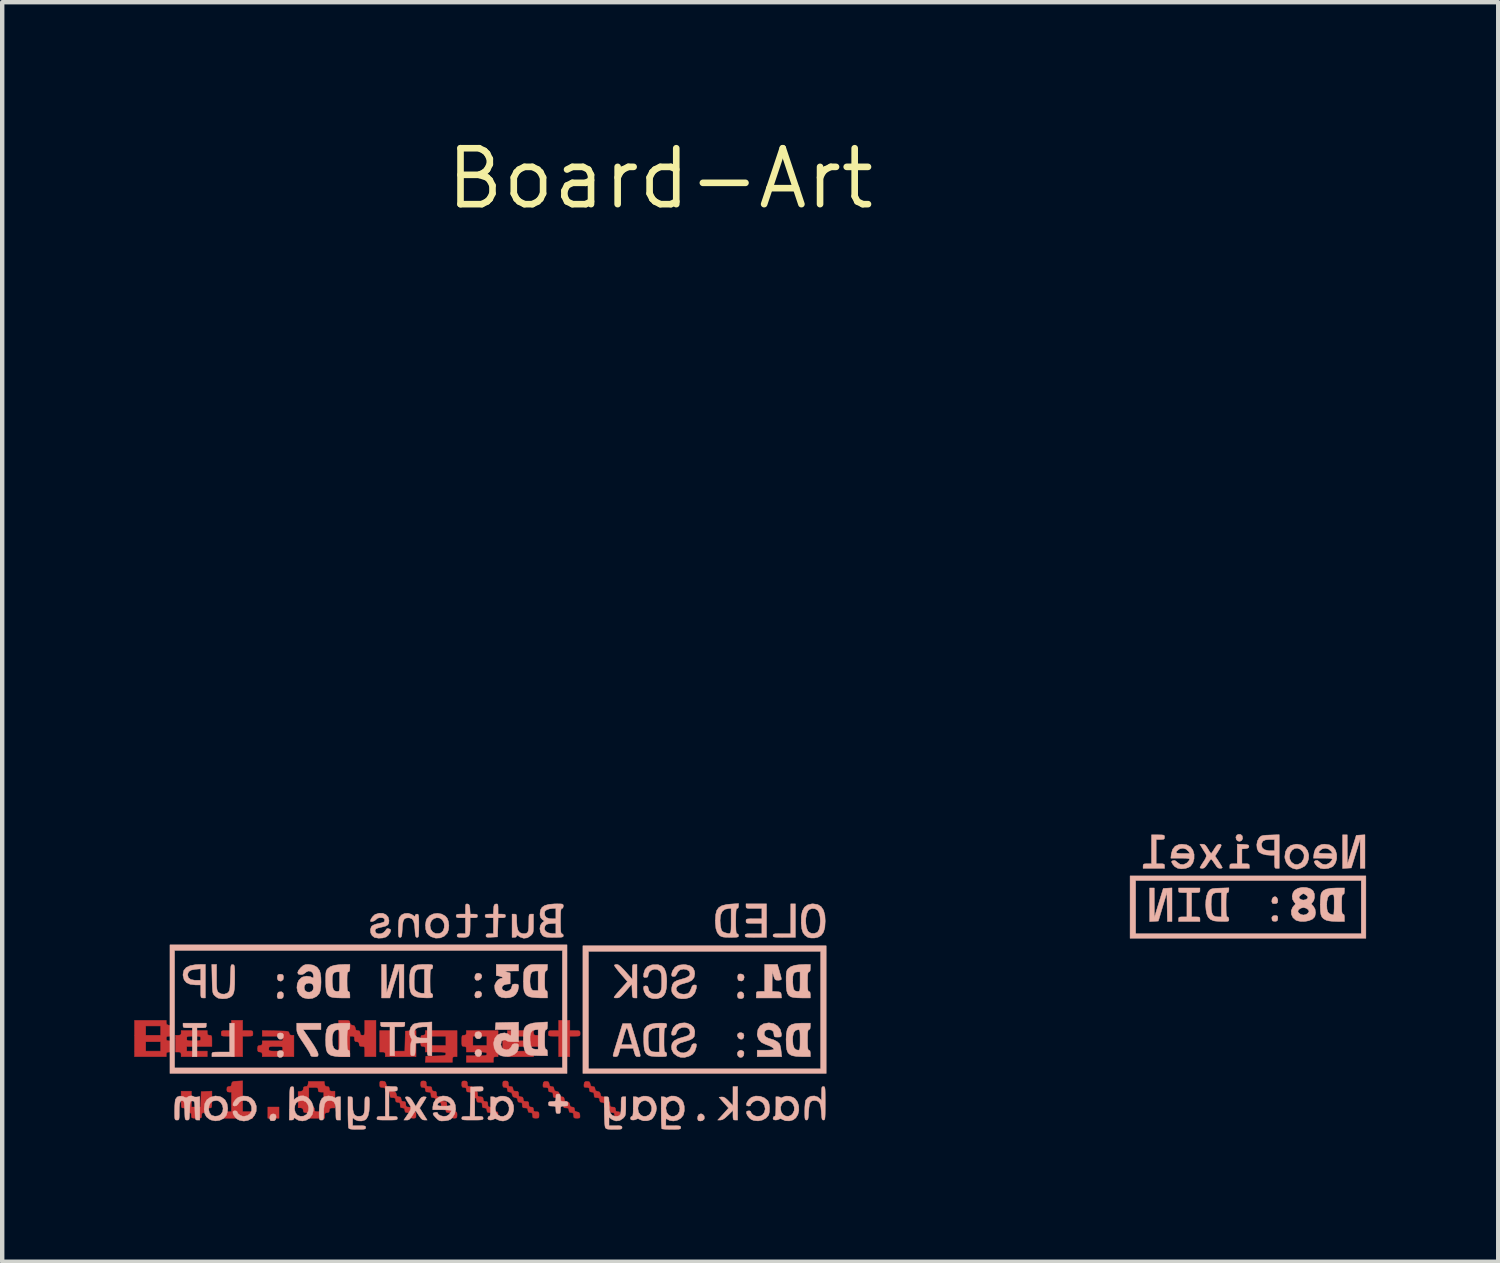
<source format=kicad_pcb>
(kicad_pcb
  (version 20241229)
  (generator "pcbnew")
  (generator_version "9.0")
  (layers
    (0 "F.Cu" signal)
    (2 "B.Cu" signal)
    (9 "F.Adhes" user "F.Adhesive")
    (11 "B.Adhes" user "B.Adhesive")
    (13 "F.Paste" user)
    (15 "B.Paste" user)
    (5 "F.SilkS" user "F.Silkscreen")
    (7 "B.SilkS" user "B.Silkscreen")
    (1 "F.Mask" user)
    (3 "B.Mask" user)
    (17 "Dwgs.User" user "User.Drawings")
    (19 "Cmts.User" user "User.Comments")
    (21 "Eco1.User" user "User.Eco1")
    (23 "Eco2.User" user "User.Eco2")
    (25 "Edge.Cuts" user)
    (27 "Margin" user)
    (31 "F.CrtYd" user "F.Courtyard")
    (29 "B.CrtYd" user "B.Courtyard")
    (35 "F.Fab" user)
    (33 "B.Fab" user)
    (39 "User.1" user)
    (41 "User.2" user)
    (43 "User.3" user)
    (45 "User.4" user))
  (footprint "Board-Art"
    (layer "F.Cu")
    (at 11.943 1.006)
    (property "Reference" "Board-Art" (at 0 0 0) (layer "F.SilkS") (effects (font (size 1.27 1.27) (thickness 0.15))))
    (attr through_hole)
    (fp_poly (pts (xy -8.657 21.336) (xy -8.911 21.336) (xy -8.911 21.082) (xy -8.657 21.082) (xy -8.657 21.336)) (stroke (width 0.01) (type solid)) (fill yes) (layer "F.Cu"))
    (fp_poly (pts (xy -5.546 19.939) (xy -6.244 19.939) (xy -6.244 19.886) (xy -6.251 19.848) (xy -6.28 19.834) (xy -6.308 19.833) (xy -6.371 19.833) (xy -6.371 19.346) (xy -6.117 19.346) (xy -6.117 19.812) (xy -5.801 19.812) (xy -5.795 19.584) (xy -5.789 19.357) (xy -5.667 19.351) (xy -5.546 19.344) (xy -5.546 19.939)) (stroke (width 0.01) (type solid)) (fill yes) (layer "F.Cu"))
    (fp_poly (pts (xy -9.483 21.188) (xy -9.25 21.188) (xy -9.25 21.336) (xy -9.972 21.336) (xy -9.966 21.267) (xy -9.959 21.227) (xy -9.943 21.206) (xy -9.906 21.196) (xy -9.848 21.192) (xy -9.737 21.186) (xy -9.737 20.743) (xy -9.79 20.743) (xy -9.827 20.736) (xy -9.841 20.707) (xy -9.842 20.68) (xy -9.837 20.634) (xy -9.813 20.618) (xy -9.791 20.616) (xy -9.751 20.607) (xy -9.734 20.57) (xy -9.733 20.558) (xy -9.726 20.525) (xy -9.708 20.507) (xy -9.669 20.498) (xy -9.604 20.494) (xy -9.483 20.487) (xy -9.483 21.188)) (stroke (width 0.01) (type solid)) (fill yes) (layer "F.Cu"))
    (fp_poly (pts (xy -9.483 19.346) (xy -9.366 19.346) (xy -9.3 19.347) (xy -9.265 19.354) (xy -9.252 19.373) (xy -9.25 19.409) (xy -9.25 19.41) (xy -9.252 19.446) (xy -9.265 19.465) (xy -9.299 19.472) (xy -9.364 19.473) (xy -9.483 19.473) (xy -9.483 19.939) (xy -9.737 19.939) (xy -9.737 19.473) (xy -9.853 19.473) (xy -9.92 19.472) (xy -9.954 19.465) (xy -9.967 19.447) (xy -9.97 19.411) (xy -9.97 19.41) (xy -9.968 19.374) (xy -9.955 19.355) (xy -9.921 19.347) (xy -9.855 19.346) (xy -9.737 19.346) (xy -9.737 19.113) (xy -9.483 19.113) (xy -9.483 19.346)) (stroke (width 0.01) (type solid)) (fill yes) (layer "F.Cu"))
    (fp_poly (pts (xy -2.053 19.346) (xy -1.937 19.346) (xy -1.87 19.347) (xy -1.836 19.354) (xy -1.822 19.373) (xy -1.82 19.409) (xy -1.82 19.41) (xy -1.822 19.446) (xy -1.835 19.465) (xy -1.869 19.472) (xy -1.935 19.473) (xy -2.053 19.473) (xy -2.053 19.939) (xy -2.307 19.939) (xy -2.307 19.473) (xy -2.424 19.473) (xy -2.49 19.472) (xy -2.525 19.465) (xy -2.538 19.447) (xy -2.54 19.411) (xy -2.54 19.41) (xy -2.538 19.374) (xy -2.525 19.355) (xy -2.491 19.347) (xy -2.425 19.346) (xy -2.307 19.346) (xy -2.307 19.113) (xy -2.053 19.113) (xy -2.053 19.346)) (stroke (width 0.01) (type solid)) (fill yes) (layer "F.Cu"))
    (fp_poly (pts (xy -11.218 19.165) (xy -11.209 19.205) (xy -11.172 19.222) (xy -11.16 19.223) (xy -11.127 19.23) (xy -11.109 19.248) (xy -11.1 19.287) (xy -11.096 19.352) (xy -11.089 19.473) (xy -11.154 19.473) (xy -11.2 19.479) (xy -11.217 19.502) (xy -11.218 19.526) (xy -11.211 19.564) (xy -11.182 19.578) (xy -11.155 19.579) (xy -11.12 19.581) (xy -11.101 19.592) (xy -11.093 19.624) (xy -11.091 19.686) (xy -11.091 19.706) (xy -11.092 19.776) (xy -11.098 19.814) (xy -11.114 19.83) (xy -11.145 19.833) (xy -11.155 19.833) (xy -11.2 19.839) (xy -11.217 19.863) (xy -11.218 19.886) (xy -11.218 19.939) (xy -11.938 19.939) (xy -11.938 19.6) (xy -11.684 19.6) (xy -11.684 19.812) (xy -11.345 19.812) (xy -11.345 19.6) (xy -11.684 19.6) (xy -11.938 19.6) (xy -11.938 19.241) (xy -11.684 19.241) (xy -11.684 19.452) (xy -11.345 19.452) (xy -11.345 19.241) (xy -11.684 19.241) (xy -11.938 19.241) (xy -11.938 19.113) (xy -11.218 19.113) (xy -11.218 19.165)) (stroke (width 0.01) (type solid)) (fill yes) (layer "F.Cu"))
    (fp_poly (pts (xy -10.181 20.912) (xy -10.182 21.002) (xy -10.184 21.058) (xy -10.192 21.089) (xy -10.206 21.101) (xy -10.229 21.103) (xy -10.234 21.103) (xy -10.274 21.112) (xy -10.287 21.146) (xy -10.287 21.156) (xy -10.294 21.194) (xy -10.323 21.208) (xy -10.351 21.209) (xy -10.395 21.214) (xy -10.412 21.239) (xy -10.414 21.273) (xy -10.416 21.309) (xy -10.429 21.328) (xy -10.463 21.335) (xy -10.529 21.336) (xy -10.53 21.336) (xy -10.597 21.335) (xy -10.632 21.328) (xy -10.645 21.309) (xy -10.647 21.273) (xy -10.647 21.273) (xy -10.652 21.228) (xy -10.677 21.211) (xy -10.71 21.209) (xy -10.756 21.203) (xy -10.772 21.179) (xy -10.774 21.156) (xy -10.783 21.116) (xy -10.817 21.103) (xy -10.827 21.103) (xy -10.852 21.102) (xy -10.867 21.092) (xy -10.876 21.065) (xy -10.879 21.014) (xy -10.88 20.929) (xy -10.88 20.913) (xy -10.88 20.722) (xy -10.647 20.722) (xy -10.647 21.082) (xy -10.437 21.082) (xy -10.425 20.733) (xy -10.303 20.726) (xy -10.181 20.72) (xy -10.181 20.912)) (stroke (width 0.01) (type solid)) (fill yes) (layer "F.Cu"))
    (fp_poly (pts (xy -3.683 19.939) (xy -3.736 19.939) (xy -3.774 19.946) (xy -3.788 19.975) (xy -3.789 20.003) (xy -3.789 20.066) (xy -4.403 20.066) (xy -4.403 19.918) (xy -4.17 19.918) (xy -4.068 19.917) (xy -4.001 19.915) (xy -3.962 19.909) (xy -3.943 19.899) (xy -3.937 19.883) (xy -3.937 19.875) (xy -3.94 19.857) (xy -3.953 19.845) (xy -3.983 19.838) (xy -4.038 19.834) (xy -4.126 19.833) (xy -4.17 19.833) (xy -4.403 19.833) (xy -4.403 19.77) (xy -4.408 19.724) (xy -4.433 19.708) (xy -4.456 19.706) (xy -4.485 19.703) (xy -4.501 19.689) (xy -4.507 19.652) (xy -4.508 19.584) (xy -4.508 19.579) (xy -4.507 19.509) (xy -4.502 19.473) (xy -4.255 19.473) (xy -4.255 19.685) (xy -3.937 19.685) (xy -3.937 19.473) (xy -4.255 19.473) (xy -4.502 19.473) (xy -4.501 19.471) (xy -4.486 19.455) (xy -4.457 19.452) (xy -4.456 19.452) (xy -4.415 19.443) (xy -4.403 19.409) (xy -4.403 19.399) (xy -4.403 19.346) (xy -3.683 19.346) (xy -3.683 19.939)) (stroke (width 0.01) (type solid)) (fill yes) (layer "F.Cu"))
    (fp_poly (pts (xy -4.614 19.939) (xy -4.667 19.939) (xy -4.705 19.946) (xy -4.719 19.975) (xy -4.72 20.003) (xy -4.72 20.066) (xy -5.337 20.066) (xy -5.33 19.997) (xy -5.323 19.928) (xy -5.096 19.922) (xy -4.995 19.919) (xy -4.929 19.915) (xy -4.891 19.908) (xy -4.873 19.897) (xy -4.868 19.88) (xy -4.868 19.875) (xy -4.871 19.857) (xy -4.885 19.845) (xy -4.916 19.838) (xy -4.972 19.834) (xy -5.061 19.833) (xy -5.101 19.833) (xy -5.334 19.833) (xy -5.334 19.77) (xy -5.34 19.724) (xy -5.364 19.708) (xy -5.387 19.706) (xy -5.416 19.703) (xy -5.432 19.689) (xy -5.439 19.652) (xy -5.44 19.584) (xy -5.44 19.579) (xy -5.439 19.509) (xy -5.433 19.473) (xy -5.186 19.473) (xy -5.186 19.685) (xy -4.868 19.685) (xy -4.868 19.473) (xy -5.186 19.473) (xy -5.433 19.473) (xy -5.433 19.471) (xy -5.417 19.455) (xy -5.389 19.452) (xy -5.387 19.452) (xy -5.347 19.443) (xy -5.334 19.409) (xy -5.334 19.399) (xy -5.334 19.346) (xy -4.614 19.346) (xy -4.614 19.939)) (stroke (width 0.01) (type solid)) (fill yes) (layer "F.Cu"))
    (fp_poly (pts (xy -10.287 19.399) (xy -10.278 19.44) (xy -10.244 19.452) (xy -10.234 19.452) (xy -10.205 19.455) (xy -10.189 19.47) (xy -10.182 19.506) (xy -10.181 19.575) (xy -10.181 19.579) (xy -10.181 19.706) (xy -10.753 19.706) (xy -10.753 19.812) (xy -10.287 19.812) (xy -10.287 19.939) (xy -10.88 19.939) (xy -10.88 19.886) (xy -10.887 19.848) (xy -10.916 19.834) (xy -10.943 19.833) (xy -11.007 19.833) (xy -11.007 19.526) (xy -10.753 19.526) (xy -10.751 19.553) (xy -10.739 19.569) (xy -10.708 19.577) (xy -10.65 19.579) (xy -10.594 19.579) (xy -10.513 19.579) (xy -10.466 19.575) (xy -10.443 19.564) (xy -10.436 19.545) (xy -10.435 19.526) (xy -10.437 19.499) (xy -10.449 19.484) (xy -10.48 19.476) (xy -10.538 19.474) (xy -10.594 19.473) (xy -10.675 19.474) (xy -10.722 19.478) (xy -10.745 19.488) (xy -10.752 19.508) (xy -10.753 19.526) (xy -11.007 19.526) (xy -11.007 19.452) (xy -10.943 19.452) (xy -10.898 19.446) (xy -10.881 19.422) (xy -10.88 19.399) (xy -10.88 19.346) (xy -10.287 19.346) (xy -10.287 19.399)) (stroke (width 0.01) (type solid)) (fill yes) (layer "F.Cu"))
    (fp_poly (pts (xy -7.105 19.115) (xy -7.067 19.121) (xy -7.052 19.136) (xy -7.048 19.164) (xy -7.048 19.165) (xy -7.039 19.205) (xy -7.002 19.222) (xy -6.99 19.223) (xy -6.945 19.238) (xy -6.927 19.278) (xy -6.925 19.288) (xy -6.912 19.332) (xy -6.877 19.346) (xy -6.867 19.346) (xy -6.828 19.355) (xy -6.816 19.391) (xy -6.816 19.399) (xy -6.807 19.44) (xy -6.773 19.452) (xy -6.763 19.452) (xy -6.737 19.45) (xy -6.721 19.439) (xy -6.713 19.41) (xy -6.71 19.354) (xy -6.71 19.283) (xy -6.71 19.113) (xy -6.456 19.113) (xy -6.456 19.939) (xy -6.71 19.939) (xy -6.71 19.823) (xy -6.711 19.756) (xy -6.718 19.721) (xy -6.736 19.708) (xy -6.772 19.706) (xy -6.773 19.706) (xy -6.819 19.7) (xy -6.835 19.676) (xy -6.837 19.653) (xy -6.846 19.613) (xy -6.88 19.601) (xy -6.89 19.6) (xy -6.928 19.593) (xy -6.941 19.564) (xy -6.943 19.537) (xy -6.948 19.491) (xy -6.973 19.475) (xy -6.996 19.473) (xy -7.048 19.473) (xy -7.048 19.939) (xy -7.303 19.939) (xy -7.303 19.113) (xy -7.176 19.113) (xy -7.105 19.115)) (stroke (width 0.01) (type solid)) (fill yes) (layer "F.Cu"))
    (fp_poly (pts (xy -8.737 19.351) (xy -8.618 19.354) (xy -8.535 19.357) (xy -8.482 19.361) (xy -8.451 19.369) (xy -8.435 19.38) (xy -8.429 19.397) (xy -8.428 19.405) (xy -8.409 19.443) (xy -8.37 19.452) (xy -8.319 19.452) (xy -8.319 19.939) (xy -9.038 19.939) (xy -9.038 19.886) (xy -9.047 19.846) (xy -9.081 19.833) (xy -9.091 19.833) (xy -9.127 19.828) (xy -9.142 19.803) (xy -9.144 19.759) (xy -8.89 19.759) (xy -8.888 19.786) (xy -8.876 19.802) (xy -8.845 19.809) (xy -8.787 19.812) (xy -8.731 19.812) (xy -8.651 19.811) (xy -8.603 19.807) (xy -8.58 19.797) (xy -8.573 19.778) (xy -8.572 19.759) (xy -8.574 19.732) (xy -8.586 19.716) (xy -8.617 19.709) (xy -8.675 19.706) (xy -8.731 19.706) (xy -8.812 19.707) (xy -8.859 19.711) (xy -8.882 19.721) (xy -8.889 19.74) (xy -8.89 19.759) (xy -9.144 19.759) (xy -9.14 19.709) (xy -9.122 19.688) (xy -9.091 19.685) (xy -9.051 19.676) (xy -9.038 19.642) (xy -9.038 19.632) (xy -9.038 19.579) (xy -8.572 19.579) (xy -8.572 19.473) (xy -9.038 19.473) (xy -9.038 19.345) (xy -8.737 19.351)) (stroke (width 0.01) (type solid)) (fill yes) (layer "F.Cu"))
    (fp_poly (pts (xy -2.879 19.399) (xy -2.872 19.437) (xy -2.843 19.451) (xy -2.815 19.452) (xy -2.78 19.454) (xy -2.761 19.465) (xy -2.753 19.497) (xy -2.752 19.559) (xy -2.752 19.579) (xy -2.752 19.706) (xy -3.344 19.706) (xy -3.344 19.812) (xy -2.879 19.812) (xy -2.879 19.939) (xy -3.471 19.939) (xy -3.471 19.886) (xy -3.48 19.846) (xy -3.514 19.833) (xy -3.524 19.833) (xy -3.549 19.832) (xy -3.565 19.822) (xy -3.573 19.795) (xy -3.577 19.744) (xy -3.577 19.659) (xy -3.577 19.643) (xy -3.577 19.552) (xy -3.575 19.526) (xy -3.344 19.526) (xy -3.343 19.552) (xy -3.331 19.568) (xy -3.302 19.576) (xy -3.246 19.579) (xy -3.175 19.579) (xy -3.091 19.579) (xy -3.041 19.575) (xy -3.016 19.566) (xy -3.007 19.549) (xy -3.006 19.526) (xy -3.007 19.5) (xy -3.019 19.484) (xy -3.048 19.476) (xy -3.104 19.474) (xy -3.175 19.473) (xy -3.259 19.474) (xy -3.309 19.477) (xy -3.334 19.487) (xy -3.343 19.504) (xy -3.344 19.526) (xy -3.575 19.526) (xy -3.574 19.496) (xy -3.567 19.467) (xy -3.552 19.454) (xy -3.529 19.452) (xy -3.524 19.452) (xy -3.484 19.443) (xy -3.472 19.409) (xy -3.471 19.399) (xy -3.471 19.346) (xy -2.879 19.346) (xy -2.879 19.399)) (stroke (width 0.01) (type solid)) (fill yes) (layer "F.Cu"))
    (fp_poly (pts (xy -7.624 20.558) (xy -7.61 20.602) (xy -7.576 20.616) (xy -7.566 20.616) (xy -7.526 20.625) (xy -7.514 20.661) (xy -7.514 20.669) (xy -7.507 20.707) (xy -7.478 20.721) (xy -7.451 20.722) (xy -7.387 20.722) (xy -7.387 21.103) (xy -7.451 21.103) (xy -7.496 21.109) (xy -7.513 21.133) (xy -7.514 21.156) (xy -7.523 21.196) (xy -7.557 21.209) (xy -7.567 21.209) (xy -7.605 21.216) (xy -7.619 21.245) (xy -7.62 21.273) (xy -7.62 21.336) (xy -8.001 21.336) (xy -8.001 21.273) (xy -8.007 21.227) (xy -8.031 21.211) (xy -8.054 21.209) (xy -8.094 21.2) (xy -8.107 21.166) (xy -8.107 21.157) (xy -8.117 21.118) (xy -8.154 21.101) (xy -8.165 21.099) (xy -8.223 21.093) (xy -8.223 20.733) (xy -8.165 20.726) (xy -8.121 20.712) (xy -8.107 20.678) (xy -8.107 20.668) (xy -8.1 20.637) (xy -7.98 20.637) (xy -7.98 21.082) (xy -7.916 21.082) (xy -7.871 21.088) (xy -7.854 21.112) (xy -7.853 21.135) (xy -7.849 21.166) (xy -7.832 21.182) (xy -7.789 21.187) (xy -7.747 21.188) (xy -7.641 21.188) (xy -7.641 20.743) (xy -7.705 20.743) (xy -7.75 20.738) (xy -7.767 20.713) (xy -7.768 20.69) (xy -7.772 20.659) (xy -7.789 20.643) (xy -7.832 20.638) (xy -7.874 20.637) (xy -7.98 20.637) (xy -8.1 20.637) (xy -8.097 20.628) (xy -8.061 20.616) (xy -8.055 20.616) (xy -8.015 20.607) (xy -7.999 20.57) (xy -7.997 20.558) (xy -7.99 20.5) (xy -7.631 20.5) (xy -7.624 20.558)) (stroke (width 0.01) (type solid)) (fill yes) (layer "F.Cu"))
    (fp_poly (pts (xy -5.331 20.495) (xy -5.315 20.519) (xy -5.313 20.553) (xy -5.308 20.598) (xy -5.283 20.614) (xy -5.249 20.616) (xy -5.204 20.622) (xy -5.187 20.646) (xy -5.186 20.669) (xy -5.177 20.71) (xy -5.143 20.722) (xy -5.133 20.722) (xy -5.095 20.729) (xy -5.081 20.758) (xy -5.08 20.786) (xy -5.075 20.831) (xy -5.05 20.847) (xy -5.016 20.849) (xy -4.971 20.855) (xy -4.955 20.879) (xy -4.953 20.902) (xy -4.944 20.942) (xy -4.91 20.955) (xy -4.9 20.955) (xy -4.862 20.962) (xy -4.848 20.991) (xy -4.847 21.018) (xy -4.842 21.063) (xy -4.817 21.08) (xy -4.784 21.082) (xy -4.738 21.088) (xy -4.722 21.112) (xy -4.72 21.135) (xy -4.711 21.175) (xy -4.677 21.188) (xy -4.667 21.188) (xy -4.631 21.193) (xy -4.617 21.218) (xy -4.614 21.262) (xy -4.618 21.312) (xy -4.636 21.332) (xy -4.678 21.336) (xy -4.723 21.331) (xy -4.739 21.306) (xy -4.741 21.273) (xy -4.747 21.228) (xy -4.771 21.211) (xy -4.805 21.209) (xy -4.85 21.203) (xy -4.867 21.179) (xy -4.868 21.156) (xy -4.877 21.116) (xy -4.911 21.103) (xy -4.921 21.103) (xy -4.959 21.096) (xy -4.973 21.067) (xy -4.974 21.04) (xy -4.979 20.995) (xy -5.004 20.978) (xy -5.038 20.976) (xy -5.083 20.97) (xy -5.1 20.946) (xy -5.101 20.923) (xy -5.11 20.883) (xy -5.144 20.871) (xy -5.154 20.87) (xy -5.192 20.863) (xy -5.206 20.834) (xy -5.207 20.807) (xy -5.212 20.762) (xy -5.237 20.745) (xy -5.271 20.743) (xy -5.316 20.738) (xy -5.332 20.713) (xy -5.334 20.69) (xy -5.343 20.65) (xy -5.377 20.638) (xy -5.387 20.637) (xy -5.423 20.632) (xy -5.437 20.607) (xy -5.44 20.563) (xy -5.436 20.514) (xy -5.418 20.493) (xy -5.376 20.489) (xy -5.331 20.495)) (stroke (width 0.01) (type solid)) (fill yes) (layer "F.Cu"))
    (fp_poly (pts (xy -4.4 20.495) (xy -4.383 20.519) (xy -4.381 20.553) (xy -4.376 20.598) (xy -4.352 20.614) (xy -4.318 20.616) (xy -4.273 20.622) (xy -4.256 20.646) (xy -4.255 20.669) (xy -4.246 20.71) (xy -4.211 20.722) (xy -4.202 20.722) (xy -4.164 20.729) (xy -4.15 20.758) (xy -4.149 20.786) (xy -4.143 20.831) (xy -4.119 20.847) (xy -4.085 20.849) (xy -4.04 20.855) (xy -4.023 20.879) (xy -4.022 20.902) (xy -4.013 20.942) (xy -3.979 20.955) (xy -3.969 20.955) (xy -3.931 20.962) (xy -3.917 20.991) (xy -3.916 21.018) (xy -3.911 21.063) (xy -3.886 21.08) (xy -3.852 21.082) (xy -3.807 21.088) (xy -3.79 21.112) (xy -3.789 21.135) (xy -3.78 21.175) (xy -3.746 21.188) (xy -3.736 21.188) (xy -3.7 21.193) (xy -3.685 21.218) (xy -3.683 21.262) (xy -3.687 21.312) (xy -3.704 21.332) (xy -3.747 21.336) (xy -3.791 21.331) (xy -3.808 21.306) (xy -3.81 21.273) (xy -3.815 21.228) (xy -3.84 21.211) (xy -3.873 21.209) (xy -3.919 21.203) (xy -3.935 21.179) (xy -3.937 21.156) (xy -3.946 21.116) (xy -3.98 21.103) (xy -3.99 21.103) (xy -4.028 21.096) (xy -4.042 21.067) (xy -4.043 21.04) (xy -4.048 20.995) (xy -4.073 20.978) (xy -4.106 20.976) (xy -4.152 20.97) (xy -4.168 20.946) (xy -4.17 20.923) (xy -4.179 20.883) (xy -4.213 20.871) (xy -4.223 20.87) (xy -4.261 20.863) (xy -4.274 20.834) (xy -4.276 20.807) (xy -4.281 20.762) (xy -4.306 20.745) (xy -4.339 20.743) (xy -4.385 20.738) (xy -4.401 20.713) (xy -4.403 20.69) (xy -4.411 20.65) (xy -4.446 20.638) (xy -4.456 20.637) (xy -4.491 20.632) (xy -4.506 20.607) (xy -4.508 20.563) (xy -4.505 20.514) (xy -4.487 20.493) (xy -4.445 20.489) (xy -4.4 20.495)) (stroke (width 0.01) (type solid)) (fill yes) (layer "F.Cu"))
    (fp_poly (pts (xy -1.615 20.506) (xy -1.596 20.534) (xy -1.591 20.558) (xy -1.578 20.602) (xy -1.543 20.616) (xy -1.533 20.616) (xy -1.494 20.626) (xy -1.482 20.662) (xy -1.482 20.668) (xy -1.472 20.708) (xy -1.435 20.724) (xy -1.423 20.726) (xy -1.378 20.741) (xy -1.36 20.781) (xy -1.359 20.791) (xy -1.345 20.835) (xy -1.31 20.849) (xy -1.3 20.849) (xy -1.261 20.858) (xy -1.249 20.894) (xy -1.249 20.902) (xy -1.24 20.942) (xy -1.206 20.955) (xy -1.196 20.955) (xy -1.158 20.962) (xy -1.144 20.991) (xy -1.143 21.018) (xy -1.138 21.063) (xy -1.113 21.08) (xy -1.079 21.082) (xy -1.034 21.088) (xy -1.018 21.112) (xy -1.016 21.135) (xy -1.007 21.175) (xy -0.973 21.188) (xy -0.963 21.188) (xy -0.927 21.193) (xy -0.913 21.218) (xy -0.91 21.262) (xy -0.914 21.312) (xy -0.932 21.332) (xy -0.974 21.336) (xy -1.019 21.331) (xy -1.035 21.306) (xy -1.037 21.273) (xy -1.043 21.227) (xy -1.067 21.211) (xy -1.09 21.209) (xy -1.13 21.2) (xy -1.143 21.166) (xy -1.143 21.156) (xy -1.15 21.118) (xy -1.179 21.104) (xy -1.206 21.103) (xy -1.251 21.098) (xy -1.268 21.073) (xy -1.27 21.04) (xy -1.276 20.994) (xy -1.3 20.978) (xy -1.323 20.976) (xy -1.363 20.967) (xy -1.376 20.933) (xy -1.376 20.923) (xy -1.383 20.885) (xy -1.412 20.872) (xy -1.439 20.87) (xy -1.484 20.865) (xy -1.501 20.84) (xy -1.503 20.807) (xy -1.509 20.761) (xy -1.533 20.745) (xy -1.556 20.743) (xy -1.596 20.735) (xy -1.608 20.7) (xy -1.609 20.69) (xy -1.615 20.653) (xy -1.644 20.639) (xy -1.674 20.637) (xy -1.718 20.634) (xy -1.733 20.613) (xy -1.732 20.569) (xy -1.722 20.521) (xy -1.697 20.503) (xy -1.662 20.5) (xy -1.615 20.506)) (stroke (width 0.01) (type solid)) (fill yes) (layer "F.Cu"))
    (fp_poly (pts (xy -3.469 20.495) (xy -3.452 20.519) (xy -3.45 20.553) (xy -3.444 20.598) (xy -3.42 20.615) (xy -3.397 20.616) (xy -3.357 20.625) (xy -3.345 20.659) (xy -3.344 20.669) (xy -3.337 20.707) (xy -3.308 20.721) (xy -3.281 20.722) (xy -3.236 20.727) (xy -3.219 20.752) (xy -3.217 20.786) (xy -3.212 20.831) (xy -3.187 20.848) (xy -3.164 20.849) (xy -3.124 20.858) (xy -3.112 20.892) (xy -3.111 20.902) (xy -3.105 20.94) (xy -3.076 20.954) (xy -3.048 20.955) (xy -3.003 20.96) (xy -2.986 20.985) (xy -2.985 21.018) (xy -2.979 21.064) (xy -2.955 21.08) (xy -2.932 21.082) (xy -2.891 21.091) (xy -2.879 21.125) (xy -2.879 21.135) (xy -2.872 21.173) (xy -2.843 21.187) (xy -2.815 21.188) (xy -2.773 21.192) (xy -2.755 21.213) (xy -2.752 21.262) (xy -2.755 21.312) (xy -2.773 21.332) (xy -2.82 21.336) (xy -2.826 21.336) (xy -2.876 21.332) (xy -2.896 21.315) (xy -2.9 21.273) (xy -2.906 21.227) (xy -2.93 21.211) (xy -2.953 21.209) (xy -2.993 21.2) (xy -3.005 21.166) (xy -3.006 21.156) (xy -3.013 21.118) (xy -3.042 21.104) (xy -3.069 21.103) (xy -3.114 21.098) (xy -3.131 21.073) (xy -3.133 21.04) (xy -3.138 20.994) (xy -3.163 20.978) (xy -3.186 20.976) (xy -3.226 20.967) (xy -3.238 20.933) (xy -3.239 20.925) (xy -3.248 20.885) (xy -3.285 20.868) (xy -3.297 20.866) (xy -3.342 20.851) (xy -3.36 20.811) (xy -3.362 20.802) (xy -3.375 20.758) (xy -3.41 20.744) (xy -3.42 20.743) (xy -3.459 20.734) (xy -3.471 20.699) (xy -3.471 20.69) (xy -3.48 20.65) (xy -3.514 20.638) (xy -3.524 20.637) (xy -3.56 20.632) (xy -3.575 20.607) (xy -3.577 20.563) (xy -3.574 20.514) (xy -3.556 20.493) (xy -3.514 20.489) (xy -3.469 20.495)) (stroke (width 0.01) (type solid)) (fill yes) (layer "F.Cu"))
    (fp_poly (pts (xy -6.302 20.493) (xy -6.253 20.504) (xy -6.232 20.532) (xy -6.227 20.558) (xy -6.213 20.602) (xy -6.179 20.616) (xy -6.169 20.616) (xy -6.129 20.626) (xy -6.117 20.662) (xy -6.117 20.668) (xy -6.107 20.708) (xy -6.07 20.724) (xy -6.059 20.726) (xy -6.014 20.741) (xy -5.995 20.781) (xy -5.994 20.791) (xy -5.98 20.835) (xy -5.946 20.849) (xy -5.936 20.849) (xy -5.897 20.858) (xy -5.885 20.894) (xy -5.884 20.902) (xy -5.876 20.942) (xy -5.841 20.955) (xy -5.831 20.955) (xy -5.794 20.962) (xy -5.78 20.991) (xy -5.779 21.018) (xy -5.773 21.063) (xy -5.749 21.08) (xy -5.715 21.082) (xy -5.67 21.088) (xy -5.653 21.112) (xy -5.652 21.135) (xy -5.643 21.175) (xy -5.608 21.188) (xy -5.599 21.188) (xy -5.563 21.193) (xy -5.548 21.218) (xy -5.546 21.262) (xy -5.549 21.312) (xy -5.567 21.332) (xy -5.609 21.336) (xy -5.654 21.331) (xy -5.671 21.306) (xy -5.673 21.273) (xy -5.678 21.228) (xy -5.703 21.211) (xy -5.736 21.209) (xy -5.782 21.203) (xy -5.798 21.179) (xy -5.8 21.156) (xy -5.808 21.116) (xy -5.843 21.103) (xy -5.853 21.103) (xy -5.89 21.096) (xy -5.904 21.067) (xy -5.905 21.04) (xy -5.911 20.994) (xy -5.935 20.978) (xy -5.958 20.976) (xy -5.999 20.967) (xy -6.011 20.933) (xy -6.011 20.923) (xy -6.018 20.885) (xy -6.047 20.872) (xy -6.075 20.87) (xy -6.12 20.865) (xy -6.136 20.84) (xy -6.138 20.807) (xy -6.144 20.761) (xy -6.168 20.745) (xy -6.191 20.743) (xy -6.232 20.735) (xy -6.244 20.7) (xy -6.244 20.69) (xy -6.251 20.653) (xy -6.28 20.639) (xy -6.308 20.637) (xy -6.35 20.633) (xy -6.368 20.613) (xy -6.371 20.563) (xy -6.371 20.562) (xy -6.368 20.512) (xy -6.352 20.493) (xy -6.311 20.492) (xy -6.302 20.493)) (stroke (width 0.01) (type solid)) (fill yes) (layer "F.Cu"))
    (fp_poly (pts (xy -2.546 20.506) (xy -2.527 20.534) (xy -2.523 20.558) (xy -2.509 20.602) (xy -2.475 20.616) (xy -2.465 20.616) (xy -2.425 20.626) (xy -2.413 20.662) (xy -2.413 20.668) (xy -2.403 20.708) (xy -2.366 20.724) (xy -2.355 20.726) (xy -2.309 20.741) (xy -2.291 20.781) (xy -2.29 20.791) (xy -2.276 20.835) (xy -2.242 20.849) (xy -2.232 20.849) (xy -2.192 20.859) (xy -2.18 20.895) (xy -2.18 20.901) (xy -2.17 20.941) (xy -2.133 20.957) (xy -2.122 20.959) (xy -2.077 20.974) (xy -2.058 21.014) (xy -2.057 21.024) (xy -2.043 21.068) (xy -2.009 21.082) (xy -1.999 21.082) (xy -1.959 21.091) (xy -1.947 21.127) (xy -1.947 21.134) (xy -1.938 21.173) (xy -1.901 21.19) (xy -1.889 21.192) (xy -1.847 21.204) (xy -1.829 21.237) (xy -1.824 21.267) (xy -1.823 21.313) (xy -1.839 21.332) (xy -1.884 21.336) (xy -1.893 21.336) (xy -1.943 21.333) (xy -1.964 21.315) (xy -1.968 21.273) (xy -1.968 21.273) (xy -1.974 21.227) (xy -1.998 21.211) (xy -2.021 21.209) (xy -2.062 21.2) (xy -2.074 21.166) (xy -2.074 21.156) (xy -2.081 21.118) (xy -2.11 21.104) (xy -2.138 21.103) (xy -2.183 21.098) (xy -2.199 21.073) (xy -2.201 21.04) (xy -2.207 20.994) (xy -2.231 20.978) (xy -2.254 20.976) (xy -2.295 20.967) (xy -2.307 20.933) (xy -2.307 20.923) (xy -2.314 20.885) (xy -2.343 20.872) (xy -2.371 20.87) (xy -2.416 20.865) (xy -2.432 20.84) (xy -2.434 20.807) (xy -2.44 20.761) (xy -2.464 20.745) (xy -2.487 20.743) (xy -2.527 20.735) (xy -2.54 20.7) (xy -2.54 20.69) (xy -2.547 20.653) (xy -2.575 20.639) (xy -2.605 20.637) (xy -2.649 20.634) (xy -2.664 20.613) (xy -2.663 20.569) (xy -2.654 20.521) (xy -2.629 20.503) (xy -2.593 20.5) (xy -2.546 20.506)) (stroke (width 0.01) (type solid)) (fill yes) (layer "F.Cu"))
    (fp_poly (pts (xy -8.657 21.336) (xy -8.911 21.336) (xy -8.911 21.082) (xy -8.657 21.082) (xy -8.657 21.336)) (stroke (width 0.01) (type solid)) (fill yes) (layer "F.Mask"))
    (fp_poly (pts (xy -5.546 19.939) (xy -6.244 19.939) (xy -6.244 19.886) (xy -6.251 19.848) (xy -6.28 19.834) (xy -6.308 19.833) (xy -6.371 19.833) (xy -6.371 19.346) (xy -6.117 19.346) (xy -6.117 19.812) (xy -5.801 19.812) (xy -5.795 19.584) (xy -5.789 19.357) (xy -5.667 19.351) (xy -5.546 19.344) (xy -5.546 19.939)) (stroke (width 0.01) (type solid)) (fill yes) (layer "F.Mask"))
    (fp_poly (pts (xy -9.483 21.188) (xy -9.25 21.188) (xy -9.25 21.336) (xy -9.972 21.336) (xy -9.966 21.267) (xy -9.959 21.227) (xy -9.943 21.206) (xy -9.906 21.196) (xy -9.848 21.192) (xy -9.737 21.186) (xy -9.737 20.743) (xy -9.79 20.743) (xy -9.827 20.736) (xy -9.841 20.707) (xy -9.842 20.68) (xy -9.837 20.634) (xy -9.813 20.618) (xy -9.791 20.616) (xy -9.751 20.607) (xy -9.734 20.57) (xy -9.733 20.558) (xy -9.726 20.525) (xy -9.708 20.507) (xy -9.669 20.498) (xy -9.604 20.494) (xy -9.483 20.487) (xy -9.483 21.188)) (stroke (width 0.01) (type solid)) (fill yes) (layer "F.Mask"))
    (fp_poly (pts (xy -9.483 19.346) (xy -9.366 19.346) (xy -9.3 19.347) (xy -9.265 19.354) (xy -9.252 19.373) (xy -9.25 19.409) (xy -9.25 19.41) (xy -9.252 19.446) (xy -9.265 19.465) (xy -9.299 19.472) (xy -9.364 19.473) (xy -9.483 19.473) (xy -9.483 19.939) (xy -9.737 19.939) (xy -9.737 19.473) (xy -9.853 19.473) (xy -9.92 19.472) (xy -9.954 19.465) (xy -9.967 19.447) (xy -9.97 19.411) (xy -9.97 19.41) (xy -9.968 19.374) (xy -9.955 19.355) (xy -9.921 19.347) (xy -9.855 19.346) (xy -9.737 19.346) (xy -9.737 19.113) (xy -9.483 19.113) (xy -9.483 19.346)) (stroke (width 0.01) (type solid)) (fill yes) (layer "F.Mask"))
    (fp_poly (pts (xy -2.053 19.346) (xy -1.937 19.346) (xy -1.87 19.347) (xy -1.836 19.354) (xy -1.822 19.373) (xy -1.82 19.409) (xy -1.82 19.41) (xy -1.822 19.446) (xy -1.835 19.465) (xy -1.869 19.472) (xy -1.935 19.473) (xy -2.053 19.473) (xy -2.053 19.939) (xy -2.307 19.939) (xy -2.307 19.473) (xy -2.424 19.473) (xy -2.49 19.472) (xy -2.525 19.465) (xy -2.538 19.447) (xy -2.54 19.411) (xy -2.54 19.41) (xy -2.538 19.374) (xy -2.525 19.355) (xy -2.491 19.347) (xy -2.425 19.346) (xy -2.307 19.346) (xy -2.307 19.113) (xy -2.053 19.113) (xy -2.053 19.346)) (stroke (width 0.01) (type solid)) (fill yes) (layer "F.Mask"))
    (fp_poly (pts (xy -11.218 19.165) (xy -11.209 19.205) (xy -11.172 19.222) (xy -11.16 19.223) (xy -11.127 19.23) (xy -11.109 19.248) (xy -11.1 19.287) (xy -11.096 19.352) (xy -11.089 19.473) (xy -11.154 19.473) (xy -11.2 19.479) (xy -11.217 19.502) (xy -11.218 19.526) (xy -11.211 19.564) (xy -11.182 19.578) (xy -11.155 19.579) (xy -11.12 19.581) (xy -11.101 19.592) (xy -11.093 19.624) (xy -11.091 19.686) (xy -11.091 19.706) (xy -11.092 19.776) (xy -11.098 19.814) (xy -11.114 19.83) (xy -11.145 19.833) (xy -11.155 19.833) (xy -11.2 19.839) (xy -11.217 19.863) (xy -11.218 19.886) (xy -11.218 19.939) (xy -11.938 19.939) (xy -11.938 19.6) (xy -11.684 19.6) (xy -11.684 19.812) (xy -11.345 19.812) (xy -11.345 19.6) (xy -11.684 19.6) (xy -11.938 19.6) (xy -11.938 19.241) (xy -11.684 19.241) (xy -11.684 19.452) (xy -11.345 19.452) (xy -11.345 19.241) (xy -11.684 19.241) (xy -11.938 19.241) (xy -11.938 19.113) (xy -11.218 19.113) (xy -11.218 19.165)) (stroke (width 0.01) (type solid)) (fill yes) (layer "F.Mask"))
    (fp_poly (pts (xy -10.181 20.912) (xy -10.182 21.002) (xy -10.184 21.058) (xy -10.192 21.089) (xy -10.206 21.101) (xy -10.229 21.103) (xy -10.234 21.103) (xy -10.274 21.112) (xy -10.287 21.146) (xy -10.287 21.156) (xy -10.294 21.194) (xy -10.323 21.208) (xy -10.351 21.209) (xy -10.395 21.214) (xy -10.412 21.239) (xy -10.414 21.273) (xy -10.416 21.309) (xy -10.429 21.328) (xy -10.463 21.335) (xy -10.529 21.336) (xy -10.53 21.336) (xy -10.597 21.335) (xy -10.632 21.328) (xy -10.645 21.309) (xy -10.647 21.273) (xy -10.647 21.273) (xy -10.652 21.228) (xy -10.677 21.211) (xy -10.71 21.209) (xy -10.756 21.203) (xy -10.772 21.179) (xy -10.774 21.156) (xy -10.783 21.116) (xy -10.817 21.103) (xy -10.827 21.103) (xy -10.852 21.102) (xy -10.867 21.092) (xy -10.876 21.065) (xy -10.879 21.014) (xy -10.88 20.929) (xy -10.88 20.913) (xy -10.88 20.722) (xy -10.647 20.722) (xy -10.647 21.082) (xy -10.437 21.082) (xy -10.425 20.733) (xy -10.303 20.726) (xy -10.181 20.72) (xy -10.181 20.912)) (stroke (width 0.01) (type solid)) (fill yes) (layer "F.Mask"))
    (fp_poly (pts (xy -3.683 19.939) (xy -3.736 19.939) (xy -3.774 19.946) (xy -3.788 19.975) (xy -3.789 20.003) (xy -3.789 20.066) (xy -4.403 20.066) (xy -4.403 19.918) (xy -4.17 19.918) (xy -4.068 19.917) (xy -4.001 19.915) (xy -3.962 19.909) (xy -3.943 19.899) (xy -3.937 19.883) (xy -3.937 19.875) (xy -3.94 19.857) (xy -3.953 19.845) (xy -3.983 19.838) (xy -4.038 19.834) (xy -4.126 19.833) (xy -4.17 19.833) (xy -4.403 19.833) (xy -4.403 19.77) (xy -4.408 19.724) (xy -4.433 19.708) (xy -4.456 19.706) (xy -4.485 19.703) (xy -4.501 19.689) (xy -4.507 19.652) (xy -4.508 19.584) (xy -4.508 19.579) (xy -4.507 19.509) (xy -4.502 19.473) (xy -4.255 19.473) (xy -4.255 19.685) (xy -3.937 19.685) (xy -3.937 19.473) (xy -4.255 19.473) (xy -4.502 19.473) (xy -4.501 19.471) (xy -4.486 19.455) (xy -4.457 19.452) (xy -4.456 19.452) (xy -4.415 19.443) (xy -4.403 19.409) (xy -4.403 19.399) (xy -4.403 19.346) (xy -3.683 19.346) (xy -3.683 19.939)) (stroke (width 0.01) (type solid)) (fill yes) (layer "F.Mask"))
    (fp_poly (pts (xy -4.614 19.939) (xy -4.667 19.939) (xy -4.705 19.946) (xy -4.719 19.975) (xy -4.72 20.003) (xy -4.72 20.066) (xy -5.337 20.066) (xy -5.33 19.997) (xy -5.323 19.928) (xy -5.096 19.922) (xy -4.995 19.919) (xy -4.929 19.915) (xy -4.891 19.908) (xy -4.873 19.897) (xy -4.868 19.88) (xy -4.868 19.875) (xy -4.871 19.857) (xy -4.885 19.845) (xy -4.916 19.838) (xy -4.972 19.834) (xy -5.061 19.833) (xy -5.101 19.833) (xy -5.334 19.833) (xy -5.334 19.77) (xy -5.34 19.724) (xy -5.364 19.708) (xy -5.387 19.706) (xy -5.416 19.703) (xy -5.432 19.689) (xy -5.439 19.652) (xy -5.44 19.584) (xy -5.44 19.579) (xy -5.439 19.509) (xy -5.433 19.473) (xy -5.186 19.473) (xy -5.186 19.685) (xy -4.868 19.685) (xy -4.868 19.473) (xy -5.186 19.473) (xy -5.433 19.473) (xy -5.433 19.471) (xy -5.417 19.455) (xy -5.389 19.452) (xy -5.387 19.452) (xy -5.347 19.443) (xy -5.334 19.409) (xy -5.334 19.399) (xy -5.334 19.346) (xy -4.614 19.346) (xy -4.614 19.939)) (stroke (width 0.01) (type solid)) (fill yes) (layer "F.Mask"))
    (fp_poly (pts (xy -10.287 19.399) (xy -10.278 19.44) (xy -10.244 19.452) (xy -10.234 19.452) (xy -10.205 19.455) (xy -10.189 19.47) (xy -10.182 19.506) (xy -10.181 19.575) (xy -10.181 19.579) (xy -10.181 19.706) (xy -10.753 19.706) (xy -10.753 19.812) (xy -10.287 19.812) (xy -10.287 19.939) (xy -10.88 19.939) (xy -10.88 19.886) (xy -10.887 19.848) (xy -10.916 19.834) (xy -10.943 19.833) (xy -11.007 19.833) (xy -11.007 19.526) (xy -10.753 19.526) (xy -10.751 19.553) (xy -10.739 19.569) (xy -10.708 19.577) (xy -10.65 19.579) (xy -10.594 19.579) (xy -10.513 19.579) (xy -10.466 19.575) (xy -10.443 19.564) (xy -10.436 19.545) (xy -10.435 19.526) (xy -10.437 19.499) (xy -10.449 19.484) (xy -10.48 19.476) (xy -10.538 19.474) (xy -10.594 19.473) (xy -10.675 19.474) (xy -10.722 19.478) (xy -10.745 19.488) (xy -10.752 19.508) (xy -10.753 19.526) (xy -11.007 19.526) (xy -11.007 19.452) (xy -10.943 19.452) (xy -10.898 19.446) (xy -10.881 19.422) (xy -10.88 19.399) (xy -10.88 19.346) (xy -10.287 19.346) (xy -10.287 19.399)) (stroke (width 0.01) (type solid)) (fill yes) (layer "F.Mask"))
    (fp_poly (pts (xy -7.105 19.115) (xy -7.067 19.121) (xy -7.052 19.136) (xy -7.048 19.164) (xy -7.048 19.165) (xy -7.039 19.205) (xy -7.002 19.222) (xy -6.99 19.223) (xy -6.945 19.238) (xy -6.927 19.278) (xy -6.925 19.288) (xy -6.912 19.332) (xy -6.877 19.346) (xy -6.867 19.346) (xy -6.828 19.355) (xy -6.816 19.391) (xy -6.816 19.399) (xy -6.807 19.44) (xy -6.773 19.452) (xy -6.763 19.452) (xy -6.737 19.45) (xy -6.721 19.439) (xy -6.713 19.41) (xy -6.71 19.354) (xy -6.71 19.283) (xy -6.71 19.113) (xy -6.456 19.113) (xy -6.456 19.939) (xy -6.71 19.939) (xy -6.71 19.823) (xy -6.711 19.756) (xy -6.718 19.721) (xy -6.736 19.708) (xy -6.772 19.706) (xy -6.773 19.706) (xy -6.819 19.7) (xy -6.835 19.676) (xy -6.837 19.653) (xy -6.846 19.613) (xy -6.88 19.601) (xy -6.89 19.6) (xy -6.928 19.593) (xy -6.941 19.564) (xy -6.943 19.537) (xy -6.948 19.491) (xy -6.973 19.475) (xy -6.996 19.473) (xy -7.048 19.473) (xy -7.048 19.939) (xy -7.303 19.939) (xy -7.303 19.113) (xy -7.176 19.113) (xy -7.105 19.115)) (stroke (width 0.01) (type solid)) (fill yes) (layer "F.Mask"))
    (fp_poly (pts (xy -8.737 19.351) (xy -8.618 19.354) (xy -8.535 19.357) (xy -8.482 19.361) (xy -8.451 19.369) (xy -8.435 19.38) (xy -8.429 19.397) (xy -8.428 19.405) (xy -8.409 19.443) (xy -8.37 19.452) (xy -8.319 19.452) (xy -8.319 19.939) (xy -9.038 19.939) (xy -9.038 19.886) (xy -9.047 19.846) (xy -9.081 19.833) (xy -9.091 19.833) (xy -9.127 19.828) (xy -9.142 19.803) (xy -9.144 19.759) (xy -8.89 19.759) (xy -8.888 19.786) (xy -8.876 19.802) (xy -8.845 19.809) (xy -8.787 19.812) (xy -8.731 19.812) (xy -8.651 19.811) (xy -8.603 19.807) (xy -8.58 19.797) (xy -8.573 19.778) (xy -8.572 19.759) (xy -8.574 19.732) (xy -8.586 19.716) (xy -8.617 19.709) (xy -8.675 19.706) (xy -8.731 19.706) (xy -8.812 19.707) (xy -8.859 19.711) (xy -8.882 19.721) (xy -8.889 19.74) (xy -8.89 19.759) (xy -9.144 19.759) (xy -9.14 19.709) (xy -9.122 19.688) (xy -9.091 19.685) (xy -9.051 19.676) (xy -9.038 19.642) (xy -9.038 19.632) (xy -9.038 19.579) (xy -8.572 19.579) (xy -8.572 19.473) (xy -9.038 19.473) (xy -9.038 19.345) (xy -8.737 19.351)) (stroke (width 0.01) (type solid)) (fill yes) (layer "F.Mask"))
    (fp_poly (pts (xy -2.879 19.399) (xy -2.872 19.437) (xy -2.843 19.451) (xy -2.815 19.452) (xy -2.78 19.454) (xy -2.761 19.465) (xy -2.753 19.497) (xy -2.752 19.559) (xy -2.752 19.579) (xy -2.752 19.706) (xy -3.344 19.706) (xy -3.344 19.812) (xy -2.879 19.812) (xy -2.879 19.939) (xy -3.471 19.939) (xy -3.471 19.886) (xy -3.48 19.846) (xy -3.514 19.833) (xy -3.524 19.833) (xy -3.549 19.832) (xy -3.565 19.822) (xy -3.573 19.795) (xy -3.577 19.744) (xy -3.577 19.659) (xy -3.577 19.643) (xy -3.577 19.552) (xy -3.575 19.526) (xy -3.344 19.526) (xy -3.343 19.552) (xy -3.331 19.568) (xy -3.302 19.576) (xy -3.246 19.579) (xy -3.175 19.579) (xy -3.091 19.579) (xy -3.041 19.575) (xy -3.016 19.566) (xy -3.007 19.549) (xy -3.006 19.526) (xy -3.007 19.5) (xy -3.019 19.484) (xy -3.048 19.476) (xy -3.104 19.474) (xy -3.175 19.473) (xy -3.259 19.474) (xy -3.309 19.477) (xy -3.334 19.487) (xy -3.343 19.504) (xy -3.344 19.526) (xy -3.575 19.526) (xy -3.574 19.496) (xy -3.567 19.467) (xy -3.552 19.454) (xy -3.529 19.452) (xy -3.524 19.452) (xy -3.484 19.443) (xy -3.472 19.409) (xy -3.471 19.399) (xy -3.471 19.346) (xy -2.879 19.346) (xy -2.879 19.399)) (stroke (width 0.01) (type solid)) (fill yes) (layer "F.Mask"))
    (fp_poly (pts (xy -7.624 20.558) (xy -7.61 20.602) (xy -7.576 20.616) (xy -7.566 20.616) (xy -7.526 20.625) (xy -7.514 20.661) (xy -7.514 20.669) (xy -7.507 20.707) (xy -7.478 20.721) (xy -7.451 20.722) (xy -7.387 20.722) (xy -7.387 21.103) (xy -7.451 21.103) (xy -7.496 21.109) (xy -7.513 21.133) (xy -7.514 21.156) (xy -7.523 21.196) (xy -7.557 21.209) (xy -7.567 21.209) (xy -7.605 21.216) (xy -7.619 21.245) (xy -7.62 21.273) (xy -7.62 21.336) (xy -8.001 21.336) (xy -8.001 21.273) (xy -8.007 21.227) (xy -8.031 21.211) (xy -8.054 21.209) (xy -8.094 21.2) (xy -8.107 21.166) (xy -8.107 21.157) (xy -8.117 21.118) (xy -8.154 21.101) (xy -8.165 21.099) (xy -8.223 21.093) (xy -8.223 20.733) (xy -8.165 20.726) (xy -8.121 20.712) (xy -8.107 20.678) (xy -8.107 20.668) (xy -8.1 20.637) (xy -7.98 20.637) (xy -7.98 21.082) (xy -7.916 21.082) (xy -7.871 21.088) (xy -7.854 21.112) (xy -7.853 21.135) (xy -7.849 21.166) (xy -7.832 21.182) (xy -7.789 21.187) (xy -7.747 21.188) (xy -7.641 21.188) (xy -7.641 20.743) (xy -7.705 20.743) (xy -7.75 20.738) (xy -7.767 20.713) (xy -7.768 20.69) (xy -7.772 20.659) (xy -7.789 20.643) (xy -7.832 20.638) (xy -7.874 20.637) (xy -7.98 20.637) (xy -8.1 20.637) (xy -8.097 20.628) (xy -8.061 20.616) (xy -8.055 20.616) (xy -8.015 20.607) (xy -7.999 20.57) (xy -7.997 20.558) (xy -7.99 20.5) (xy -7.631 20.5) (xy -7.624 20.558)) (stroke (width 0.01) (type solid)) (fill yes) (layer "F.Mask"))
    (fp_poly (pts (xy -5.331 20.495) (xy -5.315 20.519) (xy -5.313 20.553) (xy -5.308 20.598) (xy -5.283 20.614) (xy -5.249 20.616) (xy -5.204 20.622) (xy -5.187 20.646) (xy -5.186 20.669) (xy -5.177 20.71) (xy -5.143 20.722) (xy -5.133 20.722) (xy -5.095 20.729) (xy -5.081 20.758) (xy -5.08 20.786) (xy -5.075 20.831) (xy -5.05 20.847) (xy -5.016 20.849) (xy -4.971 20.855) (xy -4.955 20.879) (xy -4.953 20.902) (xy -4.944 20.942) (xy -4.91 20.955) (xy -4.9 20.955) (xy -4.862 20.962) (xy -4.848 20.991) (xy -4.847 21.018) (xy -4.842 21.063) (xy -4.817 21.08) (xy -4.784 21.082) (xy -4.738 21.088) (xy -4.722 21.112) (xy -4.72 21.135) (xy -4.711 21.175) (xy -4.677 21.188) (xy -4.667 21.188) (xy -4.631 21.193) (xy -4.617 21.218) (xy -4.614 21.262) (xy -4.618 21.312) (xy -4.636 21.332) (xy -4.678 21.336) (xy -4.723 21.331) (xy -4.739 21.306) (xy -4.741 21.273) (xy -4.747 21.228) (xy -4.771 21.211) (xy -4.805 21.209) (xy -4.85 21.203) (xy -4.867 21.179) (xy -4.868 21.156) (xy -4.877 21.116) (xy -4.911 21.103) (xy -4.921 21.103) (xy -4.959 21.096) (xy -4.973 21.067) (xy -4.974 21.04) (xy -4.979 20.995) (xy -5.004 20.978) (xy -5.038 20.976) (xy -5.083 20.97) (xy -5.1 20.946) (xy -5.101 20.923) (xy -5.11 20.883) (xy -5.144 20.871) (xy -5.154 20.87) (xy -5.192 20.863) (xy -5.206 20.834) (xy -5.207 20.807) (xy -5.212 20.762) (xy -5.237 20.745) (xy -5.271 20.743) (xy -5.316 20.738) (xy -5.332 20.713) (xy -5.334 20.69) (xy -5.343 20.65) (xy -5.377 20.638) (xy -5.387 20.637) (xy -5.423 20.632) (xy -5.437 20.607) (xy -5.44 20.563) (xy -5.436 20.514) (xy -5.418 20.493) (xy -5.376 20.489) (xy -5.331 20.495)) (stroke (width 0.01) (type solid)) (fill yes) (layer "F.Mask"))
    (fp_poly (pts (xy -4.4 20.495) (xy -4.383 20.519) (xy -4.381 20.553) (xy -4.376 20.598) (xy -4.352 20.614) (xy -4.318 20.616) (xy -4.273 20.622) (xy -4.256 20.646) (xy -4.255 20.669) (xy -4.246 20.71) (xy -4.211 20.722) (xy -4.202 20.722) (xy -4.164 20.729) (xy -4.15 20.758) (xy -4.149 20.786) (xy -4.143 20.831) (xy -4.119 20.847) (xy -4.085 20.849) (xy -4.04 20.855) (xy -4.023 20.879) (xy -4.022 20.902) (xy -4.013 20.942) (xy -3.979 20.955) (xy -3.969 20.955) (xy -3.931 20.962) (xy -3.917 20.991) (xy -3.916 21.018) (xy -3.911 21.063) (xy -3.886 21.08) (xy -3.852 21.082) (xy -3.807 21.088) (xy -3.79 21.112) (xy -3.789 21.135) (xy -3.78 21.175) (xy -3.746 21.188) (xy -3.736 21.188) (xy -3.7 21.193) (xy -3.685 21.218) (xy -3.683 21.262) (xy -3.687 21.312) (xy -3.704 21.332) (xy -3.747 21.336) (xy -3.791 21.331) (xy -3.808 21.306) (xy -3.81 21.273) (xy -3.815 21.228) (xy -3.84 21.211) (xy -3.873 21.209) (xy -3.919 21.203) (xy -3.935 21.179) (xy -3.937 21.156) (xy -3.946 21.116) (xy -3.98 21.103) (xy -3.99 21.103) (xy -4.028 21.096) (xy -4.042 21.067) (xy -4.043 21.04) (xy -4.048 20.995) (xy -4.073 20.978) (xy -4.106 20.976) (xy -4.152 20.97) (xy -4.168 20.946) (xy -4.17 20.923) (xy -4.179 20.883) (xy -4.213 20.871) (xy -4.223 20.87) (xy -4.261 20.863) (xy -4.274 20.834) (xy -4.276 20.807) (xy -4.281 20.762) (xy -4.306 20.745) (xy -4.339 20.743) (xy -4.385 20.738) (xy -4.401 20.713) (xy -4.403 20.69) (xy -4.411 20.65) (xy -4.446 20.638) (xy -4.456 20.637) (xy -4.491 20.632) (xy -4.506 20.607) (xy -4.508 20.563) (xy -4.505 20.514) (xy -4.487 20.493) (xy -4.445 20.489) (xy -4.4 20.495)) (stroke (width 0.01) (type solid)) (fill yes) (layer "F.Mask"))
    (fp_poly (pts (xy -1.615 20.506) (xy -1.596 20.534) (xy -1.591 20.558) (xy -1.578 20.602) (xy -1.543 20.616) (xy -1.533 20.616) (xy -1.494 20.626) (xy -1.482 20.662) (xy -1.482 20.668) (xy -1.472 20.708) (xy -1.435 20.724) (xy -1.423 20.726) (xy -1.378 20.741) (xy -1.36 20.781) (xy -1.359 20.791) (xy -1.345 20.835) (xy -1.31 20.849) (xy -1.3 20.849) (xy -1.261 20.858) (xy -1.249 20.894) (xy -1.249 20.902) (xy -1.24 20.942) (xy -1.206 20.955) (xy -1.196 20.955) (xy -1.158 20.962) (xy -1.144 20.991) (xy -1.143 21.018) (xy -1.138 21.063) (xy -1.113 21.08) (xy -1.079 21.082) (xy -1.034 21.088) (xy -1.018 21.112) (xy -1.016 21.135) (xy -1.007 21.175) (xy -0.973 21.188) (xy -0.963 21.188) (xy -0.927 21.193) (xy -0.913 21.218) (xy -0.91 21.262) (xy -0.914 21.312) (xy -0.932 21.332) (xy -0.974 21.336) (xy -1.019 21.331) (xy -1.035 21.306) (xy -1.037 21.273) (xy -1.043 21.227) (xy -1.067 21.211) (xy -1.09 21.209) (xy -1.13 21.2) (xy -1.143 21.166) (xy -1.143 21.156) (xy -1.15 21.118) (xy -1.179 21.104) (xy -1.206 21.103) (xy -1.251 21.098) (xy -1.268 21.073) (xy -1.27 21.04) (xy -1.276 20.994) (xy -1.3 20.978) (xy -1.323 20.976) (xy -1.363 20.967) (xy -1.376 20.933) (xy -1.376 20.923) (xy -1.383 20.885) (xy -1.412 20.872) (xy -1.439 20.87) (xy -1.484 20.865) (xy -1.501 20.84) (xy -1.503 20.807) (xy -1.509 20.761) (xy -1.533 20.745) (xy -1.556 20.743) (xy -1.596 20.735) (xy -1.608 20.7) (xy -1.609 20.69) (xy -1.615 20.653) (xy -1.644 20.639) (xy -1.674 20.637) (xy -1.718 20.634) (xy -1.733 20.613) (xy -1.732 20.569) (xy -1.722 20.521) (xy -1.697 20.503) (xy -1.662 20.5) (xy -1.615 20.506)) (stroke (width 0.01) (type solid)) (fill yes) (layer "F.Mask"))
    (fp_poly (pts (xy -3.469 20.495) (xy -3.452 20.519) (xy -3.45 20.553) (xy -3.444 20.598) (xy -3.42 20.615) (xy -3.397 20.616) (xy -3.357 20.625) (xy -3.345 20.659) (xy -3.344 20.669) (xy -3.337 20.707) (xy -3.308 20.721) (xy -3.281 20.722) (xy -3.236 20.727) (xy -3.219 20.752) (xy -3.217 20.786) (xy -3.212 20.831) (xy -3.187 20.848) (xy -3.164 20.849) (xy -3.124 20.858) (xy -3.112 20.892) (xy -3.111 20.902) (xy -3.105 20.94) (xy -3.076 20.954) (xy -3.048 20.955) (xy -3.003 20.96) (xy -2.986 20.985) (xy -2.985 21.018) (xy -2.979 21.064) (xy -2.955 21.08) (xy -2.932 21.082) (xy -2.891 21.091) (xy -2.879 21.125) (xy -2.879 21.135) (xy -2.872 21.173) (xy -2.843 21.187) (xy -2.815 21.188) (xy -2.773 21.192) (xy -2.755 21.213) (xy -2.752 21.262) (xy -2.755 21.312) (xy -2.773 21.332) (xy -2.82 21.336) (xy -2.826 21.336) (xy -2.876 21.332) (xy -2.896 21.315) (xy -2.9 21.273) (xy -2.906 21.227) (xy -2.93 21.211) (xy -2.953 21.209) (xy -2.993 21.2) (xy -3.005 21.166) (xy -3.006 21.156) (xy -3.013 21.118) (xy -3.042 21.104) (xy -3.069 21.103) (xy -3.114 21.098) (xy -3.131 21.073) (xy -3.133 21.04) (xy -3.138 20.994) (xy -3.163 20.978) (xy -3.186 20.976) (xy -3.226 20.967) (xy -3.238 20.933) (xy -3.239 20.925) (xy -3.248 20.885) (xy -3.285 20.868) (xy -3.297 20.866) (xy -3.342 20.851) (xy -3.36 20.811) (xy -3.362 20.802) (xy -3.375 20.758) (xy -3.41 20.744) (xy -3.42 20.743) (xy -3.459 20.734) (xy -3.471 20.699) (xy -3.471 20.69) (xy -3.48 20.65) (xy -3.514 20.638) (xy -3.524 20.637) (xy -3.56 20.632) (xy -3.575 20.607) (xy -3.577 20.563) (xy -3.574 20.514) (xy -3.556 20.493) (xy -3.514 20.489) (xy -3.469 20.495)) (stroke (width 0.01) (type solid)) (fill yes) (layer "F.Mask"))
    (fp_poly (pts (xy -6.302 20.493) (xy -6.253 20.504) (xy -6.232 20.532) (xy -6.227 20.558) (xy -6.213 20.602) (xy -6.179 20.616) (xy -6.169 20.616) (xy -6.129 20.626) (xy -6.117 20.662) (xy -6.117 20.668) (xy -6.107 20.708) (xy -6.07 20.724) (xy -6.059 20.726) (xy -6.014 20.741) (xy -5.995 20.781) (xy -5.994 20.791) (xy -5.98 20.835) (xy -5.946 20.849) (xy -5.936 20.849) (xy -5.897 20.858) (xy -5.885 20.894) (xy -5.884 20.902) (xy -5.876 20.942) (xy -5.841 20.955) (xy -5.831 20.955) (xy -5.794 20.962) (xy -5.78 20.991) (xy -5.779 21.018) (xy -5.773 21.063) (xy -5.749 21.08) (xy -5.715 21.082) (xy -5.67 21.088) (xy -5.653 21.112) (xy -5.652 21.135) (xy -5.643 21.175) (xy -5.608 21.188) (xy -5.599 21.188) (xy -5.563 21.193) (xy -5.548 21.218) (xy -5.546 21.262) (xy -5.549 21.312) (xy -5.567 21.332) (xy -5.609 21.336) (xy -5.654 21.331) (xy -5.671 21.306) (xy -5.673 21.273) (xy -5.678 21.228) (xy -5.703 21.211) (xy -5.736 21.209) (xy -5.782 21.203) (xy -5.798 21.179) (xy -5.8 21.156) (xy -5.808 21.116) (xy -5.843 21.103) (xy -5.853 21.103) (xy -5.89 21.096) (xy -5.904 21.067) (xy -5.905 21.04) (xy -5.911 20.994) (xy -5.935 20.978) (xy -5.958 20.976) (xy -5.999 20.967) (xy -6.011 20.933) (xy -6.011 20.923) (xy -6.018 20.885) (xy -6.047 20.872) (xy -6.075 20.87) (xy -6.12 20.865) (xy -6.136 20.84) (xy -6.138 20.807) (xy -6.144 20.761) (xy -6.168 20.745) (xy -6.191 20.743) (xy -6.232 20.735) (xy -6.244 20.7) (xy -6.244 20.69) (xy -6.251 20.653) (xy -6.28 20.639) (xy -6.308 20.637) (xy -6.35 20.633) (xy -6.368 20.613) (xy -6.371 20.563) (xy -6.371 20.562) (xy -6.368 20.512) (xy -6.352 20.493) (xy -6.311 20.492) (xy -6.302 20.493)) (stroke (width 0.01) (type solid)) (fill yes) (layer "F.Mask"))
    (fp_poly (pts (xy -2.546 20.506) (xy -2.527 20.534) (xy -2.523 20.558) (xy -2.509 20.602) (xy -2.475 20.616) (xy -2.465 20.616) (xy -2.425 20.626) (xy -2.413 20.662) (xy -2.413 20.668) (xy -2.403 20.708) (xy -2.366 20.724) (xy -2.355 20.726) (xy -2.309 20.741) (xy -2.291 20.781) (xy -2.29 20.791) (xy -2.276 20.835) (xy -2.242 20.849) (xy -2.232 20.849) (xy -2.192 20.859) (xy -2.18 20.895) (xy -2.18 20.901) (xy -2.17 20.941) (xy -2.133 20.957) (xy -2.122 20.959) (xy -2.077 20.974) (xy -2.058 21.014) (xy -2.057 21.024) (xy -2.043 21.068) (xy -2.009 21.082) (xy -1.999 21.082) (xy -1.959 21.091) (xy -1.947 21.127) (xy -1.947 21.134) (xy -1.938 21.173) (xy -1.901 21.19) (xy -1.889 21.192) (xy -1.847 21.204) (xy -1.829 21.237) (xy -1.824 21.267) (xy -1.823 21.313) (xy -1.839 21.332) (xy -1.884 21.336) (xy -1.893 21.336) (xy -1.943 21.333) (xy -1.964 21.315) (xy -1.968 21.273) (xy -1.968 21.273) (xy -1.974 21.227) (xy -1.998 21.211) (xy -2.021 21.209) (xy -2.062 21.2) (xy -2.074 21.166) (xy -2.074 21.156) (xy -2.081 21.118) (xy -2.11 21.104) (xy -2.138 21.103) (xy -2.183 21.098) (xy -2.199 21.073) (xy -2.201 21.04) (xy -2.207 20.994) (xy -2.231 20.978) (xy -2.254 20.976) (xy -2.295 20.967) (xy -2.307 20.933) (xy -2.307 20.923) (xy -2.314 20.885) (xy -2.343 20.872) (xy -2.371 20.87) (xy -2.416 20.865) (xy -2.432 20.84) (xy -2.434 20.807) (xy -2.44 20.761) (xy -2.464 20.745) (xy -2.487 20.743) (xy -2.527 20.735) (xy -2.54 20.7) (xy -2.54 20.69) (xy -2.547 20.653) (xy -2.575 20.639) (xy -2.605 20.637) (xy -2.649 20.634) (xy -2.664 20.613) (xy -2.663 20.569) (xy -2.654 20.521) (xy -2.629 20.503) (xy -2.593 20.5) (xy -2.546 20.506)) (stroke (width 0.01) (type solid)) (fill yes) (layer "F.Mask"))
    (fp_poly (pts (xy -4.085 19.787) (xy -4.064 19.812) (xy -4.053 19.865) (xy -4.072 19.909) (xy -4.109 19.935) (xy -4.156 19.934) (xy -4.187 19.914) (xy -4.211 19.866) (xy -4.201 19.816) (xy -4.166 19.78) (xy -4.124 19.77) (xy -4.085 19.787)) (stroke (width 0.01) (type solid)) (fill yes) (layer "B.SilkS"))
    (fp_poly (pts (xy -2.117 20.32) (xy -11.134 20.32) (xy -11.134 17.526) (xy -11.028 17.526) (xy -11.028 20.193) (xy -2.223 20.193) (xy -2.223 17.526) (xy -11.028 17.526) (xy -11.134 17.526) (xy -11.134 17.399) (xy -2.117 17.399) (xy -2.117 20.32)) (stroke (width 0.01) (type solid)) (fill yes) (layer "B.SilkS"))
    (fp_poly (pts (xy 1.843 19.794) (xy 1.888 19.816) (xy 1.901 19.85) (xy 1.895 19.909) (xy 1.865 19.947) (xy 1.82 19.957) (xy 1.787 19.944) (xy 1.753 19.901) (xy 1.751 19.853) (xy 1.776 19.812) (xy 1.823 19.793) (xy 1.843 19.794)) (stroke (width 0.01) (type solid)) (fill yes) (layer "B.SilkS"))
    (fp_poly (pts (xy 1.883 19.409) (xy 1.9 19.451) (xy 1.901 19.456) (xy 1.892 19.512) (xy 1.859 19.542) (xy 1.812 19.539) (xy 1.778 19.516) (xy 1.75 19.466) (xy 1.758 19.422) (xy 1.796 19.395) (xy 1.838 19.393) (xy 1.883 19.409)) (stroke (width 0.01) (type solid)) (fill yes) (layer "B.SilkS"))
    (fp_poly (pts (xy 3.768 20.32) (xy -1.757 20.32) (xy -1.757 17.547) (xy -1.63 17.547) (xy -1.63 20.214) (xy 3.641 20.214) (xy 3.641 17.547) (xy -1.63 17.547) (xy -1.757 17.547) (xy -1.757 17.42) (xy 3.768 17.42) (xy 3.768 20.32)) (stroke (width 0.01) (type solid)) (fill yes) (layer "B.SilkS"))
    (fp_poly (pts (xy 13.178 14.891) (xy 13.215 14.925) (xy 13.225 14.981) (xy 13.225 14.984) (xy 13.203 15.029) (xy 13.161 15.049) (xy 13.114 15.041) (xy 13.082 15.01) (xy 13.07 14.952) (xy 13.094 14.907) (xy 13.126 14.89) (xy 13.178 14.891)) (stroke (width 0.01) (type solid)) (fill yes) (layer "B.SilkS"))
    (fp_poly (pts (xy 14.004 16.738) (xy 14.021 16.762) (xy 14.023 16.796) (xy 14.016 16.842) (xy 13.989 16.862) (xy 13.965 16.866) (xy 13.913 16.86) (xy 13.894 16.841) (xy 13.886 16.781) (xy 13.912 16.743) (xy 13.96 16.732) (xy 14.004 16.738)) (stroke (width 0.01) (type solid)) (fill yes) (layer "B.SilkS"))
    (fp_poly (pts (xy 16.023 17.251) (xy 10.668 17.251) (xy 10.668 15.938) (xy 10.795 15.938) (xy 10.795 17.145) (xy 15.917 17.145) (xy 15.917 15.938) (xy 10.795 15.938) (xy 10.668 15.938) (xy 10.668 15.833) (xy 16.023 15.833) (xy 16.023 17.251)) (stroke (width 0.01) (type solid)) (fill yes) (layer "B.SilkS"))
    (fp_poly (pts (xy -9.673 19.939) (xy -10.181 19.939) (xy -10.181 19.886) (xy -10.18 19.862) (xy -10.17 19.846) (xy -10.145 19.838) (xy -10.095 19.834) (xy -10.014 19.833) (xy -9.98 19.833) (xy -9.779 19.833) (xy -9.779 19.177) (xy -9.673 19.177) (xy -9.673 19.939)) (stroke (width 0.01) (type solid)) (fill yes) (layer "B.SilkS"))
    (fp_poly (pts (xy -8.579 19.406) (xy -8.559 19.433) (xy -8.555 19.456) (xy -8.564 19.51) (xy -8.598 19.541) (xy -8.645 19.541) (xy -8.667 19.53) (xy -8.695 19.485) (xy -8.696 19.451) (xy -8.682 19.413) (xy -8.646 19.4) (xy -8.625 19.399) (xy -8.579 19.406)) (stroke (width 0.01) (type solid)) (fill yes) (layer "B.SilkS"))
    (fp_poly (pts (xy -8.578 19.809) (xy -8.558 19.837) (xy -8.555 19.85) (xy -8.561 19.911) (xy -8.594 19.948) (xy -8.642 19.955) (xy -8.675 19.942) (xy -8.693 19.909) (xy -8.696 19.863) (xy -8.684 19.819) (xy -8.654 19.803) (xy -8.625 19.801) (xy -8.578 19.809)) (stroke (width 0.01) (type solid)) (fill yes) (layer "B.SilkS"))
    (fp_poly (pts (xy -8.563 18.493) (xy -8.555 18.55) (xy -8.568 18.599) (xy -8.598 18.619) (xy -8.616 18.622) (xy -8.662 18.622) (xy -8.684 18.614) (xy -8.7 18.574) (xy -8.697 18.523) (xy -8.677 18.481) (xy -8.66 18.469) (xy -8.6 18.464) (xy -8.563 18.493)) (stroke (width 0.01) (type solid)) (fill yes) (layer "B.SilkS"))
    (fp_poly (pts (xy -4.085 18.055) (xy -4.055 18.089) (xy -4.055 18.137) (xy -4.083 18.178) (xy -4.127 18.203) (xy -4.174 18.204) (xy -4.198 18.189) (xy -4.212 18.151) (xy -4.206 18.099) (xy -4.184 18.058) (xy -4.181 18.056) (xy -4.135 18.041) (xy -4.085 18.055)) (stroke (width 0.01) (type solid)) (fill yes) (layer "B.SilkS"))
    (fp_poly (pts (xy -4.076 19.391) (xy -4.064 19.41) (xy -4.053 19.463) (xy -4.072 19.507) (xy -4.109 19.533) (xy -4.156 19.532) (xy -4.187 19.511) (xy -4.209 19.468) (xy -4.208 19.419) (xy -4.186 19.384) (xy -4.179 19.38) (xy -4.117 19.369) (xy -4.076 19.391)) (stroke (width 0.01) (type solid)) (fill yes) (layer "B.SilkS"))
    (fp_poly (pts (xy 1.854 18.468) (xy 1.891 18.502) (xy 1.901 18.558) (xy 1.901 18.561) (xy 1.884 18.605) (xy 1.841 18.622) (xy 1.838 18.623) (xy 1.783 18.614) (xy 1.761 18.593) (xy 1.749 18.537) (xy 1.769 18.489) (xy 1.802 18.467) (xy 1.854 18.468)) (stroke (width 0.01) (type solid)) (fill yes) (layer "B.SilkS"))
    (fp_poly (pts (xy -8.579 18.072) (xy -8.56 18.1) (xy -8.555 18.127) (xy -8.563 18.186) (xy -8.599 18.219) (xy -8.625 18.224) (xy -8.661 18.213) (xy -8.675 18.206) (xy -8.693 18.173) (xy -8.696 18.127) (xy -8.684 18.083) (xy -8.654 18.067) (xy -8.625 18.066) (xy -8.579 18.072)) (stroke (width 0.01) (type solid)) (fill yes) (layer "B.SilkS"))
    (fp_poly (pts (xy -4.077 18.466) (xy -4.054 18.506) (xy -4.062 18.56) (xy -4.065 18.565) (xy -4.1 18.594) (xy -4.15 18.606) (xy -4.193 18.596) (xy -4.198 18.591) (xy -4.212 18.552) (xy -4.206 18.502) (xy -4.182 18.464) (xy -4.177 18.461) (xy -4.122 18.448) (xy -4.077 18.466)) (stroke (width 0.01) (type solid)) (fill yes) (layer "B.SilkS"))
    (fp_poly (pts (xy 0.966 21.249) (xy 0.996 21.285) (xy 1.002 21.335) (xy 0.991 21.365) (xy 0.957 21.391) (xy 0.907 21.4) (xy 0.865 21.389) (xy 0.861 21.385) (xy 0.847 21.347) (xy 0.853 21.295) (xy 0.875 21.254) (xy 0.877 21.252) (xy 0.924 21.234) (xy 0.966 21.249)) (stroke (width 0.01) (type solid)) (fill yes) (layer "B.SilkS"))
    (fp_poly (pts (xy 1.853 18.064) (xy 1.893 18.085) (xy 1.905 18.129) (xy 1.905 18.138) (xy 1.89 18.195) (xy 1.849 18.221) (xy 1.787 18.212) (xy 1.783 18.21) (xy 1.764 18.183) (xy 1.757 18.136) (xy 1.764 18.089) (xy 1.779 18.065) (xy 1.815 18.059) (xy 1.853 18.064)) (stroke (width 0.01) (type solid)) (fill yes) (layer "B.SilkS"))
    (fp_poly (pts (xy 11.62 16.87) (xy 11.516 16.87) (xy 11.504 16.21) (xy 11.407 16.535) (xy 11.31 16.859) (xy 11.211 16.866) (xy 11.113 16.872) (xy 11.113 16.108) (xy 11.218 16.108) (xy 11.221 16.775) (xy 11.422 16.118) (xy 11.521 16.112) (xy 11.62 16.106) (xy 11.62 16.87)) (stroke (width 0.01) (type solid)) (fill yes) (layer "B.SilkS"))
    (fp_poly (pts (xy 13.999 16.322) (xy 14.021 16.37) (xy 14.023 16.396) (xy 14.016 16.442) (xy 13.986 16.461) (xy 13.969 16.463) (xy 13.923 16.463) (xy 13.9 16.455) (xy 13.886 16.415) (xy 13.892 16.362) (xy 13.917 16.32) (xy 13.919 16.318) (xy 13.962 16.303) (xy 13.999 16.322)) (stroke (width 0.01) (type solid)) (fill yes) (layer "B.SilkS"))
    (fp_poly (pts (xy -8.763 21.241) (xy -8.731 21.261) (xy -8.723 21.302) (xy -8.725 21.322) (xy -8.737 21.371) (xy -8.767 21.392) (xy -8.785 21.395) (xy -8.831 21.395) (xy -8.854 21.386) (xy -8.868 21.347) (xy -8.863 21.295) (xy -8.84 21.254) (xy -8.838 21.252) (xy -8.794 21.237) (xy -8.763 21.241)) (stroke (width 0.01) (type solid)) (fill yes) (layer "B.SilkS"))
    (fp_poly (pts (xy 16.002 15.663) (xy 15.896 15.663) (xy 15.893 14.997) (xy 15.793 15.325) (xy 15.692 15.653) (xy 15.593 15.659) (xy 15.494 15.666) (xy 15.494 14.901) (xy 15.6 14.901) (xy 15.601 15.235) (xy 15.603 15.568) (xy 15.804 14.912) (xy 15.903 14.905) (xy 16.002 14.899) (xy 16.002 15.663)) (stroke (width 0.01) (type solid)) (fill yes) (layer "B.SilkS"))
    (fp_poly (pts (xy -10.308 19.23) (xy -10.312 19.261) (xy -10.329 19.277) (xy -10.372 19.282) (xy -10.414 19.283) (xy -10.52 19.283) (xy -10.52 19.939) (xy -10.626 19.939) (xy -10.626 19.283) (xy -10.732 19.283) (xy -10.794 19.281) (xy -10.826 19.272) (xy -10.836 19.251) (xy -10.837 19.23) (xy -10.837 19.177) (xy -10.308 19.177) (xy -10.308 19.23)) (stroke (width 0.01) (type solid)) (fill yes) (layer "B.SilkS"))
    (fp_poly (pts (xy -5.8 19.209) (xy -5.803 19.239) (xy -5.819 19.255) (xy -5.858 19.261) (xy -5.916 19.262) (xy -6.032 19.262) (xy -6.032 19.918) (xy -6.138 19.918) (xy -6.138 19.262) (xy -6.244 19.262) (xy -6.307 19.26) (xy -6.338 19.251) (xy -6.349 19.23) (xy -6.35 19.209) (xy -6.35 19.156) (xy -5.8 19.156) (xy -5.8 19.209)) (stroke (width 0.01) (type solid)) (fill yes) (layer "B.SilkS"))
    (fp_poly (pts (xy 3.069 17.23) (xy 2.815 17.23) (xy 2.708 17.229) (xy 2.636 17.227) (xy 2.592 17.222) (xy 2.57 17.214) (xy 2.562 17.2) (xy 2.561 17.187) (xy 2.564 17.168) (xy 2.579 17.155) (xy 2.612 17.148) (xy 2.673 17.146) (xy 2.762 17.145) (xy 2.963 17.145) (xy 2.963 16.468) (xy 3.069 16.468) (xy 3.069 17.23)) (stroke (width 0.01) (type solid)) (fill yes) (layer "B.SilkS"))
    (fp_poly (pts (xy -6.218 18.164) (xy -6.212 18.485) (xy -6.117 18.164) (xy -6.022 17.844) (xy -5.921 17.844) (xy -5.821 17.843) (xy -5.821 18.605) (xy -5.927 18.605) (xy -5.928 18.272) (xy -5.93 17.939) (xy -5.969 18.055) (xy -5.993 18.127) (xy -6.024 18.223) (xy -6.057 18.33) (xy -6.074 18.389) (xy -6.14 18.605) (xy -6.329 18.605) (xy -6.329 17.843) (xy -6.224 17.843) (xy -6.218 18.164)) (stroke (width 0.01) (type solid)) (fill yes) (layer "B.SilkS"))
    (fp_poly (pts (xy 13.234 15.117) (xy 13.307 15.122) (xy 13.347 15.131) (xy 13.364 15.147) (xy 13.367 15.166) (xy 13.358 15.195) (xy 13.323 15.21) (xy 13.287 15.215) (xy 13.208 15.221) (xy 13.208 15.557) (xy 13.293 15.557) (xy 13.347 15.56) (xy 13.371 15.574) (xy 13.377 15.606) (xy 13.377 15.61) (xy 13.377 15.663) (xy 12.933 15.663) (xy 12.933 15.61) (xy 12.937 15.576) (xy 12.959 15.561) (xy 13.01 15.558) (xy 13.018 15.557) (xy 13.102 15.557) (xy 13.102 15.111) (xy 13.234 15.117)) (stroke (width 0.01) (type solid)) (fill yes) (layer "B.SilkS"))
    (fp_poly (pts (xy 11.38 14.902) (xy 11.425 14.907) (xy 11.445 14.918) (xy 11.451 14.94) (xy 11.451 14.954) (xy 11.447 14.987) (xy 11.428 15.002) (xy 11.382 15.007) (xy 11.356 15.007) (xy 11.261 15.007) (xy 11.261 15.557) (xy 11.356 15.557) (xy 11.415 15.56) (xy 11.443 15.57) (xy 11.451 15.596) (xy 11.451 15.61) (xy 11.451 15.663) (xy 10.964 15.663) (xy 10.964 15.61) (xy 10.968 15.578) (xy 10.988 15.562) (xy 11.034 15.558) (xy 11.06 15.557) (xy 11.155 15.557) (xy 11.155 14.901) (xy 11.303 14.901) (xy 11.38 14.902)) (stroke (width 0.01) (type solid)) (fill yes) (layer "B.SilkS"))
    (fp_poly (pts (xy -7.705 19.325) (xy -8.109 19.325) (xy -7.939 19.575) (xy -7.86 19.694) (xy -7.805 19.789) (xy -7.774 19.855) (xy -7.768 19.882) (xy -7.772 19.919) (xy -7.792 19.935) (xy -7.84 19.939) (xy -7.853 19.939) (xy -7.911 19.934) (xy -7.935 19.918) (xy -7.938 19.906) (xy -7.949 19.877) (xy -7.98 19.82) (xy -8.027 19.745) (xy -8.084 19.657) (xy -8.096 19.639) (xy -8.161 19.542) (xy -8.205 19.472) (xy -8.233 19.419) (xy -8.248 19.376) (xy -8.254 19.333) (xy -8.255 19.291) (xy -8.255 19.177) (xy -7.705 19.177) (xy -7.705 19.325)) (stroke (width 0.01) (type solid)) (fill yes) (layer "B.SilkS"))
    (fp_poly (pts (xy 12.255 16.161) (xy 12.252 16.193) (xy 12.232 16.209) (xy 12.186 16.213) (xy 12.16 16.214) (xy 12.065 16.214) (xy 12.065 16.764) (xy 12.16 16.764) (xy 12.219 16.766) (xy 12.247 16.777) (xy 12.255 16.803) (xy 12.255 16.817) (xy 12.255 16.87) (xy 11.769 16.87) (xy 11.769 16.817) (xy 11.773 16.784) (xy 11.792 16.769) (xy 11.838 16.764) (xy 11.864 16.764) (xy 11.959 16.764) (xy 11.959 16.214) (xy 11.864 16.214) (xy 11.805 16.211) (xy 11.777 16.201) (xy 11.769 16.175) (xy 11.769 16.161) (xy 11.769 16.108) (xy 12.255 16.108) (xy 12.255 16.161)) (stroke (width 0.01) (type solid)) (fill yes) (layer "B.SilkS"))
    (fp_poly (pts (xy 1.757 21.378) (xy 1.704 21.378) (xy 1.673 21.375) (xy 1.657 21.358) (xy 1.652 21.317) (xy 1.651 21.268) (xy 1.651 21.158) (xy 1.539 21.268) (xy 1.469 21.332) (xy 1.415 21.367) (xy 1.369 21.378) (xy 1.366 21.378) (xy 1.304 21.378) (xy 1.377 21.299) (xy 1.432 21.239) (xy 1.484 21.181) (xy 1.501 21.162) (xy 1.551 21.105) (xy 1.443 20.983) (xy 1.335 20.86) (xy 1.395 20.853) (xy 1.436 20.856) (xy 1.477 20.877) (xy 1.529 20.924) (xy 1.553 20.949) (xy 1.65 21.05) (xy 1.651 20.833) (xy 1.651 20.616) (xy 1.757 20.616) (xy 1.757 21.378)) (stroke (width 0.01) (type solid)) (fill yes) (layer "B.SilkS"))
    (fp_poly (pts (xy 2.706 18) (xy 2.728 18.078) (xy 2.744 18.141) (xy 2.751 18.178) (xy 2.752 18.18) (xy 2.733 18.196) (xy 2.687 18.203) (xy 2.678 18.203) (xy 2.633 18.2) (xy 2.607 18.184) (xy 2.587 18.143) (xy 2.574 18.103) (xy 2.543 18.002) (xy 2.541 18.229) (xy 2.54 18.455) (xy 2.641 18.461) (xy 2.701 18.467) (xy 2.732 18.48) (xy 2.744 18.508) (xy 2.748 18.537) (xy 2.754 18.605) (xy 2.18 18.605) (xy 2.18 18.531) (xy 2.182 18.486) (xy 2.196 18.464) (xy 2.233 18.458) (xy 2.275 18.457) (xy 2.371 18.457) (xy 2.371 17.843) (xy 2.66 17.843) (xy 2.706 18)) (stroke (width 0.01) (type solid)) (fill yes) (layer "B.SilkS"))
    (fp_poly (pts (xy -10.329 18.605) (xy -10.382 18.605) (xy -10.41 18.603) (xy -10.426 18.591) (xy -10.433 18.558) (xy -10.435 18.497) (xy -10.435 18.457) (xy -10.435 18.309) (xy -10.553 18.309) (xy -10.672 18.296) (xy -10.758 18.258) (xy -10.812 18.192) (xy -10.836 18.099) (xy -10.837 18.084) (xy -10.732 18.084) (xy -10.714 18.147) (xy -10.661 18.186) (xy -10.572 18.203) (xy -10.548 18.203) (xy -10.435 18.203) (xy -10.435 17.944) (xy -10.555 17.954) (xy -10.648 17.971) (xy -10.705 18.005) (xy -10.73 18.059) (xy -10.732 18.084) (xy -10.837 18.084) (xy -10.837 18.066) (xy -10.819 17.98) (xy -10.765 17.915) (xy -10.674 17.871) (xy -10.546 17.848) (xy -10.451 17.844) (xy -10.329 17.843) (xy -10.329 18.605)) (stroke (width 0.01) (type solid)) (fill yes) (layer "B.SilkS"))
    (fp_poly (pts (xy -6.033 20.617) (xy -5.991 20.622) (xy -5.973 20.636) (xy -5.969 20.661) (xy -5.969 20.669) (xy -5.973 20.702) (xy -5.992 20.717) (xy -6.039 20.722) (xy -6.064 20.722) (xy -6.16 20.722) (xy -6.16 21.294) (xy -6.064 21.294) (xy -6.005 21.296) (xy -5.977 21.308) (xy -5.969 21.333) (xy -5.969 21.336) (xy -5.972 21.355) (xy -5.985 21.367) (xy -6.015 21.374) (xy -6.07 21.377) (xy -6.158 21.378) (xy -6.202 21.378) (xy -6.304 21.378) (xy -6.371 21.375) (xy -6.41 21.37) (xy -6.429 21.36) (xy -6.434 21.344) (xy -6.435 21.336) (xy -6.428 21.31) (xy -6.403 21.297) (xy -6.346 21.294) (xy -6.339 21.294) (xy -6.244 21.294) (xy -6.244 20.616) (xy -6.107 20.616) (xy -6.033 20.617)) (stroke (width 0.01) (type solid)) (fill yes) (layer "B.SilkS"))
    (fp_poly (pts (xy -4.046 20.621) (xy -4.027 20.632) (xy -4.022 20.654) (xy -4.022 20.668) (xy -4.025 20.702) (xy -4.044 20.717) (xy -4.09 20.722) (xy -4.117 20.722) (xy -4.212 20.722) (xy -4.212 21.294) (xy -4.117 21.294) (xy -4.057 21.296) (xy -4.029 21.308) (xy -4.022 21.333) (xy -4.022 21.336) (xy -4.024 21.354) (xy -4.037 21.366) (xy -4.066 21.373) (xy -4.12 21.377) (xy -4.206 21.378) (xy -4.265 21.378) (xy -4.37 21.378) (xy -4.439 21.376) (xy -4.48 21.371) (xy -4.501 21.361) (xy -4.508 21.346) (xy -4.508 21.336) (xy -4.502 21.309) (xy -4.476 21.297) (xy -4.42 21.294) (xy -4.414 21.294) (xy -4.319 21.294) (xy -4.313 20.96) (xy -4.307 20.627) (xy -4.165 20.621) (xy -4.089 20.618) (xy -4.046 20.621)) (stroke (width 0.01) (type solid)) (fill yes) (layer "B.SilkS"))
    (fp_poly (pts (xy 2.413 17.23) (xy 2.17 17.23) (xy 2.065 17.229) (xy 1.996 17.227) (xy 1.954 17.222) (xy 1.934 17.213) (xy 1.927 17.198) (xy 1.926 17.187) (xy 1.929 17.167) (xy 1.944 17.155) (xy 1.979 17.148) (xy 2.042 17.145) (xy 2.117 17.145) (xy 2.307 17.145) (xy 2.307 16.912) (xy 2.127 16.912) (xy 2.04 16.912) (xy 1.987 16.909) (xy 1.959 16.9) (xy 1.949 16.885) (xy 1.947 16.859) (xy 1.949 16.834) (xy 1.96 16.818) (xy 1.987 16.81) (xy 2.041 16.807) (xy 2.127 16.806) (xy 2.307 16.806) (xy 2.307 16.573) (xy 2.127 16.573) (xy 2.04 16.573) (xy 1.987 16.57) (xy 1.959 16.562) (xy 1.949 16.546) (xy 1.947 16.521) (xy 1.947 16.468) (xy 2.413 16.468) (xy 2.413 17.23)) (stroke (width 0.01) (type solid)) (fill yes) (layer "B.SilkS"))
    (fp_poly (pts (xy -3.689 16.486) (xy -3.684 16.525) (xy -3.683 16.583) (xy -3.683 16.701) (xy -3.598 16.701) (xy -3.543 16.704) (xy -3.518 16.718) (xy -3.514 16.743) (xy -3.521 16.771) (xy -3.55 16.783) (xy -3.598 16.785) (xy -3.682 16.785) (xy -3.694 17.219) (xy -3.826 17.225) (xy -3.898 17.228) (xy -3.938 17.224) (xy -3.955 17.211) (xy -3.958 17.188) (xy -3.951 17.16) (xy -3.924 17.148) (xy -3.873 17.145) (xy -3.789 17.145) (xy -3.789 16.785) (xy -3.884 16.785) (xy -3.944 16.782) (xy -3.972 16.771) (xy -3.979 16.746) (xy -3.979 16.743) (xy -3.973 16.716) (xy -3.947 16.704) (xy -3.89 16.701) (xy -3.885 16.701) (xy -3.791 16.701) (xy -3.785 16.589) (xy -3.779 16.523) (xy -3.767 16.489) (xy -3.744 16.474) (xy -3.731 16.471) (xy -3.703 16.471) (xy -3.689 16.486)) (stroke (width 0.01) (type solid)) (fill yes) (layer "B.SilkS"))
    (fp_poly (pts (xy 14.055 15.663) (xy 14.002 15.663) (xy 13.974 15.661) (xy 13.958 15.648) (xy 13.951 15.616) (xy 13.949 15.555) (xy 13.949 15.515) (xy 13.949 15.367) (xy 13.869 15.366) (xy 13.76 15.357) (xy 13.666 15.333) (xy 13.599 15.296) (xy 13.584 15.281) (xy 13.553 15.214) (xy 13.546 15.134) (xy 13.652 15.134) (xy 13.671 15.198) (xy 13.724 15.24) (xy 13.812 15.26) (xy 13.848 15.261) (xy 13.949 15.261) (xy 13.949 15.007) (xy 13.834 15.007) (xy 13.742 15.016) (xy 13.684 15.044) (xy 13.656 15.094) (xy 13.652 15.134) (xy 13.546 15.134) (xy 13.545 15.128) (xy 13.56 15.042) (xy 13.597 14.972) (xy 13.598 14.971) (xy 13.624 14.944) (xy 13.652 14.926) (xy 13.693 14.915) (xy 13.755 14.909) (xy 13.849 14.905) (xy 13.852 14.905) (xy 14.055 14.897) (xy 14.055 15.663)) (stroke (width 0.01) (type solid)) (fill yes) (layer "B.SilkS"))
    (fp_poly (pts (xy -7.449 20.842) (xy -7.413 20.861) (xy -7.379 20.878) (xy -7.366 20.872) (xy -7.348 20.855) (xy -7.313 20.849) (xy -7.26 20.849) (xy -7.26 21.378) (xy -7.313 21.378) (xy -7.339 21.377) (xy -7.355 21.366) (xy -7.363 21.337) (xy -7.366 21.283) (xy -7.366 21.203) (xy -7.37 21.088) (xy -7.386 21.01) (xy -7.414 20.961) (xy -7.46 20.938) (xy -7.504 20.934) (xy -7.562 20.943) (xy -7.602 20.972) (xy -7.627 21.029) (xy -7.639 21.117) (xy -7.641 21.203) (xy -7.642 21.289) (xy -7.645 21.341) (xy -7.654 21.367) (xy -7.67 21.377) (xy -7.694 21.378) (xy -7.72 21.377) (xy -7.735 21.366) (xy -7.743 21.338) (xy -7.747 21.285) (xy -7.747 21.198) (xy -7.747 21.198) (xy -7.74 21.057) (xy -7.718 20.954) (xy -7.681 20.885) (xy -7.63 20.849) (xy -7.535 20.829) (xy -7.449 20.842)) (stroke (width 0.01) (type solid)) (fill yes) (layer "B.SilkS"))
    (fp_poly (pts (xy 14.562 15.132) (xy 14.642 15.184) (xy 14.699 15.262) (xy 14.726 15.358) (xy 14.722 15.446) (xy 14.69 15.543) (xy 14.634 15.611) (xy 14.561 15.651) (xy 14.496 15.675) (xy 14.447 15.681) (xy 14.395 15.671) (xy 14.352 15.657) (xy 14.272 15.608) (xy 14.214 15.53) (xy 14.184 15.433) (xy 14.182 15.395) (xy 14.185 15.373) (xy 14.288 15.373) (xy 14.292 15.444) (xy 14.325 15.511) (xy 14.339 15.527) (xy 14.408 15.572) (xy 14.479 15.575) (xy 14.548 15.538) (xy 14.571 15.514) (xy 14.615 15.434) (xy 14.62 15.352) (xy 14.586 15.278) (xy 14.532 15.228) (xy 14.464 15.203) (xy 14.401 15.213) (xy 14.347 15.25) (xy 14.308 15.306) (xy 14.288 15.373) (xy 14.185 15.373) (xy 14.198 15.281) (xy 14.246 15.195) (xy 14.323 15.139) (xy 14.43 15.114) (xy 14.465 15.113) (xy 14.562 15.132)) (stroke (width 0.01) (type solid)) (fill yes) (layer "B.SilkS"))
    (fp_poly (pts (xy -10.004 20.843) (xy -9.961 20.86) (xy -9.884 20.919) (xy -9.837 21.006) (xy -9.821 21.114) (xy -9.83 21.191) (xy -9.85 21.26) (xy -9.857 21.274) (xy -9.921 21.343) (xy -10.007 21.385) (xy -10.104 21.397) (xy -10.2 21.377) (xy -10.238 21.358) (xy -10.304 21.305) (xy -10.341 21.238) (xy -10.356 21.146) (xy -10.356 21.133) (xy -10.256 21.133) (xy -10.238 21.209) (xy -10.195 21.265) (xy -10.184 21.272) (xy -10.112 21.292) (xy -10.034 21.282) (xy -9.976 21.248) (xy -9.937 21.187) (xy -9.927 21.114) (xy -9.942 21.042) (xy -9.979 20.981) (xy -10.034 20.942) (xy -10.078 20.934) (xy -10.16 20.947) (xy -10.215 20.989) (xy -10.245 21.051) (xy -10.256 21.133) (xy -10.356 21.133) (xy -10.357 21.113) (xy -10.341 21) (xy -10.294 20.916) (xy -10.216 20.86) (xy -10.209 20.857) (xy -10.104 20.83) (xy -10.004 20.843)) (stroke (width 0.01) (type solid)) (fill yes) (layer "B.SilkS"))
    (fp_poly (pts (xy -4.964 16.7) (xy -4.883 16.745) (xy -4.839 16.795) (xy -4.811 16.868) (xy -4.8 16.96) (xy -4.808 17.052) (xy -4.834 17.127) (xy -4.837 17.132) (xy -4.907 17.203) (xy -4.998 17.242) (xy -5.099 17.247) (xy -5.203 17.215) (xy -5.26 17.175) (xy -5.302 17.125) (xy -5.303 17.122) (xy -5.327 17.042) (xy -5.331 16.962) (xy -5.228 16.962) (xy -5.211 17.047) (xy -5.166 17.109) (xy -5.1 17.143) (xy -5.023 17.143) (xy -4.974 17.124) (xy -4.931 17.08) (xy -4.906 17.011) (xy -4.904 16.934) (xy -4.913 16.895) (xy -4.953 16.827) (xy -5.011 16.79) (xy -5.076 16.783) (xy -5.14 16.803) (xy -5.192 16.848) (xy -5.223 16.916) (xy -5.228 16.962) (xy -5.331 16.962) (xy -5.332 16.946) (xy -5.318 16.855) (xy -5.298 16.805) (xy -5.235 16.736) (xy -5.151 16.696) (xy -5.057 16.683) (xy -4.964 16.7)) (stroke (width 0.01) (type solid)) (fill yes) (layer "B.SilkS"))
    (fp_poly (pts (xy -3.286 16.702) (xy -3.27 16.714) (xy -3.263 16.743) (xy -3.26 16.8) (xy -3.26 16.867) (xy -3.252 16.987) (xy -3.229 17.071) (xy -3.188 17.122) (xy -3.128 17.144) (xy -3.104 17.145) (xy -3.052 17.141) (xy -3.018 17.123) (xy -2.998 17.085) (xy -2.988 17.02) (xy -2.985 16.922) (xy -2.985 16.897) (xy -2.984 16.805) (xy -2.982 16.748) (xy -2.975 16.716) (xy -2.961 16.703) (xy -2.939 16.701) (xy -2.932 16.701) (xy -2.879 16.701) (xy -2.879 16.914) (xy -2.879 17.011) (xy -2.882 17.076) (xy -2.89 17.119) (xy -2.906 17.15) (xy -2.93 17.178) (xy -2.941 17.189) (xy -3.017 17.239) (xy -3.1 17.25) (xy -3.183 17.222) (xy -3.204 17.207) (xy -3.242 17.18) (xy -3.257 17.181) (xy -3.26 17.196) (xy -3.278 17.223) (xy -3.313 17.23) (xy -3.365 17.23) (xy -3.365 16.701) (xy -3.313 16.701) (xy -3.286 16.702)) (stroke (width 0.01) (type solid)) (fill yes) (layer "B.SilkS"))
    (fp_poly (pts (xy -0.529 18.605) (xy -0.581 18.605) (xy -0.608 18.603) (xy -0.624 18.59) (xy -0.633 18.558) (xy -0.637 18.497) (xy -0.639 18.447) (xy -0.646 18.288) (xy -0.783 18.447) (xy -0.849 18.521) (xy -0.896 18.568) (xy -0.933 18.594) (xy -0.968 18.604) (xy -0.992 18.605) (xy -1.039 18.603) (xy -1.05 18.592) (xy -1.035 18.565) (xy -1.034 18.565) (xy -1.008 18.531) (xy -0.961 18.476) (xy -0.902 18.409) (xy -0.875 18.379) (xy -0.745 18.234) (xy -0.899 18.055) (xy -0.96 17.982) (xy -1.008 17.92) (xy -1.038 17.877) (xy -1.044 17.859) (xy -1.018 17.847) (xy -0.984 17.843) (xy -0.949 17.855) (xy -0.901 17.891) (xy -0.836 17.956) (xy -0.784 18.013) (xy -0.635 18.182) (xy -0.635 18.013) (xy -0.634 17.929) (xy -0.631 17.879) (xy -0.622 17.853) (xy -0.604 17.845) (xy -0.582 17.843) (xy -0.529 17.843) (xy -0.529 18.605)) (stroke (width 0.01) (type solid)) (fill yes) (layer "B.SilkS"))
    (fp_poly (pts (xy -4.376 16.471) (xy -4.348 16.481) (xy -4.332 16.506) (xy -4.324 16.558) (xy -4.322 16.589) (xy -4.316 16.701) (xy -4.232 16.701) (xy -4.177 16.704) (xy -4.153 16.719) (xy -4.149 16.743) (xy -4.156 16.771) (xy -4.184 16.783) (xy -4.233 16.785) (xy -4.318 16.785) (xy -4.318 16.966) (xy -4.32 17.076) (xy -4.328 17.15) (xy -4.348 17.196) (xy -4.383 17.22) (xy -4.438 17.229) (xy -4.488 17.23) (xy -4.559 17.228) (xy -4.597 17.221) (xy -4.612 17.206) (xy -4.614 17.187) (xy -4.608 17.161) (xy -4.582 17.148) (xy -4.526 17.145) (xy -4.519 17.145) (xy -4.424 17.145) (xy -4.424 16.785) (xy -4.53 16.785) (xy -4.593 16.783) (xy -4.625 16.773) (xy -4.635 16.753) (xy -4.636 16.743) (xy -4.63 16.717) (xy -4.606 16.705) (xy -4.554 16.701) (xy -4.53 16.701) (xy -4.424 16.701) (xy -4.424 16.583) (xy -4.423 16.516) (xy -4.416 16.481) (xy -4.4 16.47) (xy -4.376 16.471)) (stroke (width 0.01) (type solid)) (fill yes) (layer "B.SilkS"))
    (fp_poly (pts (xy -9.371 20.838) (xy -9.284 20.88) (xy -9.216 20.952) (xy -9.176 21.05) (xy -9.172 21.077) (xy -9.176 21.181) (xy -9.214 21.27) (xy -9.279 21.34) (xy -9.361 21.385) (xy -9.456 21.401) (xy -9.553 21.383) (xy -9.602 21.359) (xy -9.645 21.321) (xy -9.681 21.271) (xy -9.703 21.221) (xy -9.703 21.184) (xy -9.7 21.179) (xy -9.669 21.167) (xy -9.632 21.17) (xy -9.61 21.184) (xy -9.61 21.188) (xy -9.591 21.229) (xy -9.545 21.266) (xy -9.487 21.29) (xy -9.456 21.294) (xy -9.372 21.276) (xy -9.312 21.229) (xy -9.279 21.16) (xy -9.28 21.079) (xy -9.3 21.024) (xy -9.341 20.966) (xy -9.397 20.939) (xy -9.458 20.934) (xy -9.522 20.944) (xy -9.565 20.979) (xy -9.586 21.013) (xy -9.619 21.048) (xy -9.662 21.061) (xy -9.697 21.05) (xy -9.702 21.044) (xy -9.702 21.008) (xy -9.678 20.959) (xy -9.638 20.908) (xy -9.591 20.868) (xy -9.578 20.861) (xy -9.472 20.831) (xy -9.371 20.838)) (stroke (width 0.01) (type solid)) (fill yes) (layer "B.SilkS"))
    (fp_poly (pts (xy -5.703 20.856) (xy -5.67 20.882) (xy -5.631 20.935) (xy -5.617 20.958) (xy -5.552 21.067) (xy -5.49 20.958) (xy -5.451 20.894) (xy -5.419 20.861) (xy -5.383 20.85) (xy -5.371 20.849) (xy -5.329 20.852) (xy -5.313 20.859) (xy -5.323 20.881) (xy -5.351 20.928) (xy -5.388 20.988) (xy -5.464 21.106) (xy -5.379 21.242) (xy -5.293 21.378) (xy -5.354 21.378) (xy -5.394 21.371) (xy -5.429 21.345) (xy -5.47 21.291) (xy -5.482 21.273) (xy -5.519 21.216) (xy -5.547 21.178) (xy -5.557 21.167) (xy -5.57 21.183) (xy -5.599 21.226) (xy -5.628 21.273) (xy -5.67 21.334) (xy -5.703 21.366) (xy -5.74 21.378) (xy -5.758 21.378) (xy -5.823 21.378) (xy -5.761 21.288) (xy -5.707 21.207) (xy -5.675 21.151) (xy -5.663 21.111) (xy -5.669 21.076) (xy -5.689 21.037) (xy -5.699 21.022) (xy -5.738 20.962) (xy -5.77 20.907) (xy -5.776 20.897) (xy -5.79 20.863) (xy -5.775 20.851) (xy -5.742 20.849) (xy -5.703 20.856)) (stroke (width 0.01) (type solid)) (fill yes) (layer "B.SilkS"))
    (fp_poly (pts (xy -0.568 19.512) (xy -0.525 19.655) (xy -0.493 19.761) (xy -0.471 19.837) (xy -0.458 19.888) (xy -0.455 19.919) (xy -0.46 19.934) (xy -0.472 19.939) (xy -0.49 19.939) (xy -0.503 19.939) (xy -0.541 19.934) (xy -0.565 19.912) (xy -0.583 19.862) (xy -0.588 19.844) (xy -0.614 19.748) (xy -0.91 19.748) (xy -0.936 19.844) (xy -0.955 19.903) (xy -0.976 19.931) (xy -1.01 19.939) (xy -1.021 19.939) (xy -1.062 19.934) (xy -1.072 19.913) (xy -1.068 19.888) (xy -1.057 19.851) (xy -1.037 19.781) (xy -1.008 19.688) (xy -1.001 19.664) (xy -0.883 19.664) (xy -0.637 19.664) (xy -0.668 19.563) (xy -0.693 19.48) (xy -0.716 19.395) (xy -0.722 19.373) (xy -0.74 19.318) (xy -0.756 19.286) (xy -0.761 19.283) (xy -0.772 19.302) (xy -0.792 19.353) (xy -0.816 19.427) (xy -0.829 19.473) (xy -0.883 19.664) (xy -1.001 19.664) (xy -0.975 19.579) (xy -0.955 19.512) (xy -0.855 19.188) (xy -0.668 19.188) (xy -0.568 19.512)) (stroke (width 0.01) (type solid)) (fill yes) (layer "B.SilkS"))
    (fp_poly (pts (xy -3.217 17.992) (xy -3.392 17.994) (xy -3.475 17.995) (xy -3.519 17.998) (xy -3.529 18.003) (xy -3.51 18.011) (xy -3.487 18.017) (xy -3.408 18.038) (xy -3.408 18.285) (xy -3.485 18.292) (xy -3.552 18.311) (xy -3.59 18.346) (xy -3.596 18.388) (xy -3.572 18.426) (xy -3.516 18.451) (xy -3.498 18.453) (xy -3.435 18.441) (xy -3.387 18.397) (xy -3.366 18.333) (xy -3.365 18.326) (xy -3.355 18.299) (xy -3.317 18.289) (xy -3.291 18.288) (xy -3.242 18.292) (xy -3.221 18.31) (xy -3.217 18.353) (xy -3.235 18.445) (xy -3.283 18.525) (xy -3.344 18.573) (xy -3.424 18.599) (xy -3.517 18.605) (xy -3.604 18.593) (xy -3.668 18.563) (xy -3.721 18.499) (xy -3.754 18.416) (xy -3.761 18.333) (xy -3.758 18.313) (xy -3.729 18.25) (xy -3.685 18.196) (xy -3.635 18.165) (xy -3.616 18.161) (xy -3.581 18.154) (xy -3.581 18.139) (xy -3.611 18.121) (xy -3.651 18.109) (xy -3.725 18.096) (xy -3.725 17.843) (xy -3.217 17.843) (xy -3.217 17.992)) (stroke (width 0.01) (type solid)) (fill yes) (layer "B.SilkS"))
    (fp_poly (pts (xy -2.284 20.79) (xy -2.269 20.812) (xy -2.265 20.863) (xy -2.265 20.87) (xy -2.263 20.925) (xy -2.249 20.949) (xy -2.21 20.955) (xy -2.18 20.955) (xy -2.126 20.958) (xy -2.101 20.972) (xy -2.096 21.003) (xy -2.095 21.008) (xy -2.1 21.042) (xy -2.122 21.057) (xy -2.173 21.061) (xy -2.18 21.061) (xy -2.234 21.063) (xy -2.258 21.077) (xy -2.265 21.116) (xy -2.265 21.145) (xy -2.268 21.2) (xy -2.281 21.224) (xy -2.313 21.23) (xy -2.318 21.23) (xy -2.352 21.226) (xy -2.367 21.204) (xy -2.371 21.153) (xy -2.371 21.145) (xy -2.373 21.091) (xy -2.387 21.067) (xy -2.426 21.061) (xy -2.455 21.061) (xy -2.51 21.058) (xy -2.534 21.044) (xy -2.54 21.013) (xy -2.54 21.008) (xy -2.535 20.974) (xy -2.514 20.959) (xy -2.463 20.955) (xy -2.455 20.955) (xy -2.401 20.953) (xy -2.377 20.939) (xy -2.371 20.9) (xy -2.371 20.87) (xy -2.368 20.816) (xy -2.354 20.792) (xy -2.322 20.786) (xy -2.318 20.786) (xy -2.284 20.79)) (stroke (width 0.01) (type solid)) (fill yes) (layer "B.SilkS"))
    (fp_poly (pts (xy 3.574 16.483) (xy 3.652 16.531) (xy 3.707 16.613) (xy 3.738 16.728) (xy 3.746 16.859) (xy 3.737 17.002) (xy 3.707 17.109) (xy 3.655 17.183) (xy 3.579 17.228) (xy 3.498 17.244) (xy 3.42 17.243) (xy 3.357 17.23) (xy 3.346 17.225) (xy 3.283 17.18) (xy 3.24 17.119) (xy 3.214 17.034) (xy 3.201 16.916) (xy 3.2 16.905) (xy 3.201 16.899) (xy 3.304 16.899) (xy 3.317 16.995) (xy 3.344 17.073) (xy 3.367 17.104) (xy 3.427 17.138) (xy 3.498 17.141) (xy 3.563 17.116) (xy 3.575 17.105) (xy 3.608 17.047) (xy 3.628 16.962) (xy 3.635 16.864) (xy 3.629 16.765) (xy 3.61 16.678) (xy 3.578 16.617) (xy 3.574 16.613) (xy 3.515 16.579) (xy 3.445 16.574) (xy 3.382 16.598) (xy 3.352 16.628) (xy 3.321 16.702) (xy 3.305 16.797) (xy 3.304 16.899) (xy 3.201 16.899) (xy 3.202 16.75) (xy 3.227 16.63) (xy 3.275 16.544) (xy 3.348 16.491) (xy 3.445 16.468) (xy 3.471 16.468) (xy 3.574 16.483)) (stroke (width 0.01) (type solid)) (fill yes) (layer "B.SilkS"))
    (fp_poly (pts (xy -3.217 19.6) (xy -3.343 19.6) (xy -3.412 19.597) (xy -3.463 19.588) (xy -3.482 19.579) (xy -3.515 19.56) (xy -3.561 19.561) (xy -3.599 19.58) (xy -3.607 19.591) (xy -3.62 19.669) (xy -3.597 19.733) (xy -3.567 19.761) (xy -3.498 19.785) (xy -3.436 19.772) (xy -3.389 19.725) (xy -3.38 19.705) (xy -3.355 19.66) (xy -3.315 19.644) (xy -3.287 19.643) (xy -3.239 19.647) (xy -3.22 19.668) (xy -3.217 19.712) (xy -3.228 19.778) (xy -3.252 19.831) (xy -3.317 19.889) (xy -3.406 19.925) (xy -3.505 19.937) (xy -3.603 19.921) (xy -3.658 19.896) (xy -3.728 19.83) (xy -3.772 19.74) (xy -3.784 19.639) (xy -3.782 19.616) (xy -3.755 19.516) (xy -3.701 19.449) (xy -3.622 19.41) (xy -3.536 19.398) (xy -3.467 19.417) (xy -3.424 19.448) (xy -3.399 19.465) (xy -3.389 19.455) (xy -3.387 19.41) (xy -3.387 19.403) (xy -3.387 19.325) (xy -3.749 19.325) (xy -3.742 19.246) (xy -3.736 19.166) (xy -3.477 19.16) (xy -3.217 19.155) (xy -3.217 19.6)) (stroke (width 0.01) (type solid)) (fill yes) (layer "B.SilkS"))
    (fp_poly (pts (xy 2.268 20.838) (xy 2.361 20.872) (xy 2.435 20.934) (xy 2.447 20.95) (xy 2.471 21.013) (xy 2.482 21.098) (xy 2.479 21.186) (xy 2.462 21.259) (xy 2.457 21.269) (xy 2.4 21.334) (xy 2.318 21.378) (xy 2.222 21.397) (xy 2.126 21.388) (xy 2.069 21.366) (xy 2.024 21.33) (xy 1.984 21.28) (xy 1.959 21.228) (xy 1.957 21.19) (xy 1.958 21.187) (xy 1.985 21.171) (xy 2.023 21.168) (xy 2.05 21.179) (xy 2.053 21.188) (xy 2.071 21.227) (xy 2.115 21.265) (xy 2.17 21.289) (xy 2.2 21.294) (xy 2.276 21.286) (xy 2.327 21.256) (xy 2.363 21.204) (xy 2.383 21.126) (xy 2.369 21.049) (xy 2.328 20.985) (xy 2.264 20.944) (xy 2.208 20.934) (xy 2.148 20.946) (xy 2.094 20.978) (xy 2.059 21.018) (xy 2.053 21.04) (xy 2.037 21.057) (xy 2.001 21.06) (xy 1.967 21.049) (xy 1.958 21.04) (xy 1.958 21.004) (xy 1.981 20.953) (xy 2.021 20.902) (xy 2.067 20.864) (xy 2.074 20.86) (xy 2.168 20.832) (xy 2.268 20.838)) (stroke (width 0.01) (type solid)) (fill yes) (layer "B.SilkS"))
    (fp_poly (pts (xy -5.648 16.706) (xy -5.623 16.723) (xy -5.585 16.75) (xy -5.569 16.749) (xy -5.567 16.734) (xy -5.549 16.706) (xy -5.524 16.701) (xy -5.507 16.703) (xy -5.495 16.715) (xy -5.488 16.743) (xy -5.484 16.794) (xy -5.482 16.875) (xy -5.482 16.965) (xy -5.483 17.075) (xy -5.485 17.15) (xy -5.489 17.196) (xy -5.498 17.22) (xy -5.511 17.229) (xy -5.522 17.23) (xy -5.542 17.225) (xy -5.554 17.206) (xy -5.563 17.163) (xy -5.569 17.09) (xy -5.571 17.05) (xy -5.582 16.936) (xy -5.602 16.858) (xy -5.635 16.811) (xy -5.685 16.789) (xy -5.726 16.785) (xy -5.778 16.792) (xy -5.815 16.815) (xy -5.838 16.862) (xy -5.852 16.939) (xy -5.859 17.041) (xy -5.865 17.132) (xy -5.871 17.188) (xy -5.881 17.217) (xy -5.897 17.229) (xy -5.908 17.23) (xy -5.927 17.226) (xy -5.938 17.21) (xy -5.945 17.173) (xy -5.947 17.108) (xy -5.948 17.03) (xy -5.945 16.936) (xy -5.939 16.853) (xy -5.929 16.794) (xy -5.924 16.778) (xy -5.877 16.72) (xy -5.807 16.688) (xy -5.726 16.682) (xy -5.648 16.706)) (stroke (width 0.01) (type solid)) (fill yes) (layer "B.SilkS"))
    (fp_poly (pts (xy -5.186 19.918) (xy -5.239 19.918) (xy -5.266 19.916) (xy -5.282 19.903) (xy -5.289 19.871) (xy -5.292 19.81) (xy -5.292 19.769) (xy -5.292 19.619) (xy -5.424 19.626) (xy -5.556 19.632) (xy -5.563 19.775) (xy -5.567 19.851) (xy -5.574 19.894) (xy -5.588 19.913) (xy -5.612 19.918) (xy -5.621 19.918) (xy -5.647 19.916) (xy -5.663 19.903) (xy -5.67 19.871) (xy -5.673 19.811) (xy -5.673 19.763) (xy -5.67 19.684) (xy -5.661 19.621) (xy -5.65 19.586) (xy -5.649 19.585) (xy -5.638 19.556) (xy -5.66 19.513) (xy -5.69 19.437) (xy -5.691 19.383) (xy -5.588 19.383) (xy -5.573 19.451) (xy -5.528 19.494) (xy -5.449 19.514) (xy -5.405 19.516) (xy -5.292 19.516) (xy -5.292 19.262) (xy -5.393 19.262) (xy -5.489 19.273) (xy -5.554 19.307) (xy -5.586 19.36) (xy -5.588 19.383) (xy -5.691 19.383) (xy -5.691 19.352) (xy -5.665 19.27) (xy -5.616 19.208) (xy -5.603 19.199) (xy -5.562 19.185) (xy -5.491 19.172) (xy -5.404 19.163) (xy -5.372 19.161) (xy -5.186 19.15) (xy -5.186 19.918)) (stroke (width 0.01) (type solid)) (fill yes) (layer "B.SilkS"))
    (fp_poly (pts (xy -2.561 19.238) (xy -2.566 19.298) (xy -2.582 19.323) (xy -2.593 19.325) (xy -2.607 19.332) (xy -2.617 19.357) (xy -2.622 19.407) (xy -2.624 19.489) (xy -2.625 19.547) (xy -2.624 19.649) (xy -2.62 19.715) (xy -2.613 19.752) (xy -2.601 19.768) (xy -2.593 19.77) (xy -2.569 19.786) (xy -2.561 19.837) (xy -2.561 19.844) (xy -2.561 19.918) (xy -2.757 19.916) (xy -2.849 19.913) (xy -2.93 19.907) (xy -2.986 19.897) (xy -2.999 19.892) (xy -3.05 19.851) (xy -3.085 19.78) (xy -3.105 19.676) (xy -3.111 19.54) (xy -3.109 19.471) (xy -2.957 19.471) (xy -2.956 19.574) (xy -2.944 19.67) (xy -2.923 19.73) (xy -2.886 19.761) (xy -2.834 19.77) (xy -2.773 19.77) (xy -2.773 19.322) (xy -2.841 19.329) (xy -2.902 19.348) (xy -2.94 19.394) (xy -2.957 19.471) (xy -3.109 19.471) (xy -3.109 19.447) (xy -3.101 19.365) (xy -3.091 19.306) (xy -3.086 19.293) (xy -3.047 19.239) (xy -2.983 19.201) (xy -2.888 19.175) (xy -2.757 19.161) (xy -2.747 19.161) (xy -2.561 19.15) (xy -2.561 19.238)) (stroke (width 0.01) (type solid)) (fill yes) (layer "B.SilkS"))
    (fp_poly (pts (xy 2.579 19.19) (xy 2.664 19.241) (xy 2.724 19.319) (xy 2.751 19.417) (xy 2.752 19.441) (xy 2.747 19.475) (xy 2.726 19.491) (xy 2.675 19.494) (xy 2.667 19.494) (xy 2.613 19.492) (xy 2.588 19.478) (xy 2.582 19.445) (xy 2.582 19.435) (xy 2.569 19.371) (xy 2.528 19.335) (xy 2.461 19.325) (xy 2.405 19.334) (xy 2.373 19.366) (xy 2.367 19.378) (xy 2.36 19.435) (xy 2.391 19.485) (xy 2.455 19.52) (xy 2.484 19.528) (xy 2.578 19.557) (xy 2.655 19.598) (xy 2.704 19.643) (xy 2.706 19.645) (xy 2.722 19.688) (xy 2.737 19.756) (xy 2.744 19.812) (xy 2.758 19.939) (xy 2.201 19.939) (xy 2.201 19.791) (xy 2.392 19.791) (xy 2.48 19.789) (xy 2.545 19.783) (xy 2.579 19.774) (xy 2.582 19.77) (xy 2.563 19.74) (xy 2.511 19.707) (xy 2.435 19.675) (xy 2.396 19.662) (xy 2.3 19.616) (xy 2.234 19.546) (xy 2.203 19.457) (xy 2.201 19.428) (xy 2.218 19.322) (xy 2.266 19.242) (xy 2.345 19.192) (xy 2.453 19.172) (xy 2.473 19.171) (xy 2.579 19.19)) (stroke (width 0.01) (type solid)) (fill yes) (layer "B.SilkS"))
    (fp_poly (pts (xy 11.956 15.128) (xy 12.04 15.174) (xy 12.094 15.248) (xy 12.122 15.345) (xy 12.121 15.445) (xy 12.094 15.538) (xy 12.043 15.61) (xy 12.019 15.628) (xy 11.933 15.663) (xy 11.832 15.673) (xy 11.752 15.661) (xy 11.683 15.622) (xy 11.641 15.573) (xy 11.615 15.528) (xy 11.611 15.505) (xy 11.63 15.491) (xy 11.642 15.486) (xy 11.679 15.48) (xy 11.717 15.503) (xy 11.736 15.523) (xy 11.804 15.569) (xy 11.878 15.577) (xy 11.951 15.544) (xy 11.971 15.527) (xy 12.006 15.486) (xy 12.022 15.455) (xy 12.023 15.453) (xy 12.002 15.442) (xy 11.943 15.434) (xy 11.85 15.431) (xy 11.808 15.431) (xy 11.594 15.431) (xy 11.605 15.331) (xy 11.614 15.3) (xy 11.712 15.3) (xy 11.732 15.316) (xy 11.791 15.323) (xy 11.865 15.325) (xy 12.028 15.325) (xy 11.996 15.277) (xy 11.94 15.226) (xy 11.87 15.205) (xy 11.798 15.218) (xy 11.774 15.233) (xy 11.726 15.273) (xy 11.712 15.3) (xy 11.614 15.3) (xy 11.634 15.231) (xy 11.692 15.159) (xy 11.778 15.12) (xy 11.844 15.113) (xy 11.956 15.128)) (stroke (width 0.01) (type solid)) (fill yes) (layer "B.SilkS"))
    (fp_poly (pts (xy 15.195 15.128) (xy 15.278 15.174) (xy 15.332 15.248) (xy 15.36 15.345) (xy 15.36 15.445) (xy 15.333 15.538) (xy 15.282 15.61) (xy 15.258 15.628) (xy 15.171 15.663) (xy 15.07 15.673) (xy 14.99 15.661) (xy 14.922 15.622) (xy 14.879 15.573) (xy 14.853 15.528) (xy 14.85 15.505) (xy 14.869 15.491) (xy 14.88 15.486) (xy 14.917 15.48) (xy 14.955 15.503) (xy 14.974 15.523) (xy 15.042 15.569) (xy 15.117 15.577) (xy 15.189 15.544) (xy 15.209 15.527) (xy 15.244 15.486) (xy 15.261 15.455) (xy 15.261 15.453) (xy 15.241 15.442) (xy 15.182 15.434) (xy 15.088 15.431) (xy 15.047 15.431) (xy 14.832 15.431) (xy 14.844 15.331) (xy 14.852 15.3) (xy 14.95 15.3) (xy 14.971 15.316) (xy 15.03 15.323) (xy 15.103 15.325) (xy 15.266 15.325) (xy 15.235 15.277) (xy 15.179 15.226) (xy 15.108 15.205) (xy 15.037 15.218) (xy 15.013 15.233) (xy 14.965 15.273) (xy 14.95 15.3) (xy 14.852 15.3) (xy 14.872 15.231) (xy 14.931 15.159) (xy 15.016 15.12) (xy 15.083 15.113) (xy 15.195 15.128)) (stroke (width 0.01) (type solid)) (fill yes) (layer "B.SilkS"))
    (fp_poly (pts (xy -10.075 18.14) (xy -10.075 18.259) (xy -10.073 18.343) (xy -10.068 18.4) (xy -10.06 18.438) (xy -10.047 18.463) (xy -10.033 18.479) (xy -9.972 18.513) (xy -9.899 18.519) (xy -9.832 18.496) (xy -9.809 18.476) (xy -9.792 18.453) (xy -9.78 18.42) (xy -9.772 18.371) (xy -9.767 18.297) (xy -9.763 18.192) (xy -9.761 18.136) (xy -9.758 18.02) (xy -9.754 17.939) (xy -9.75 17.887) (xy -9.742 17.859) (xy -9.731 17.848) (xy -9.715 17.847) (xy -9.708 17.848) (xy -9.69 17.852) (xy -9.678 17.863) (xy -9.67 17.889) (xy -9.665 17.934) (xy -9.663 18.007) (xy -9.663 18.113) (xy -9.663 18.153) (xy -9.664 18.293) (xy -9.67 18.398) (xy -9.683 18.474) (xy -9.703 18.527) (xy -9.734 18.565) (xy -9.776 18.593) (xy -9.782 18.597) (xy -9.857 18.619) (xy -9.947 18.624) (xy -10.029 18.612) (xy -10.044 18.607) (xy -10.089 18.578) (xy -10.128 18.542) (xy -10.145 18.52) (xy -10.157 18.491) (xy -10.165 18.448) (xy -10.17 18.384) (xy -10.174 18.291) (xy -10.177 18.169) (xy -10.184 17.843) (xy -10.075 17.843) (xy -10.075 18.14)) (stroke (width 0.01) (type solid)) (fill yes) (layer "B.SilkS"))
    (fp_poly (pts (xy 2.938 20.837) (xy 3.018 20.864) (xy 3.06 20.893) (xy 3.116 20.969) (xy 3.144 21.062) (xy 3.147 21.159) (xy 3.125 21.251) (xy 3.078 21.328) (xy 3.015 21.375) (xy 2.93 21.397) (xy 2.842 21.393) (xy 2.776 21.365) (xy 2.732 21.344) (xy 2.703 21.355) (xy 2.666 21.372) (xy 2.62 21.378) (xy 2.576 21.371) (xy 2.561 21.342) (xy 2.561 21.336) (xy 2.574 21.302) (xy 2.593 21.294) (xy 2.607 21.287) (xy 2.617 21.262) (xy 2.622 21.212) (xy 2.624 21.13) (xy 2.624 21.114) (xy 2.731 21.114) (xy 2.746 21.193) (xy 2.788 21.253) (xy 2.846 21.287) (xy 2.912 21.293) (xy 2.975 21.266) (xy 3.006 21.235) (xy 3.041 21.164) (xy 3.044 21.088) (xy 3.02 21.018) (xy 2.974 20.963) (xy 2.909 20.935) (xy 2.888 20.934) (xy 2.817 20.953) (xy 2.763 21.004) (xy 2.734 21.078) (xy 2.731 21.114) (xy 2.624 21.114) (xy 2.625 21.071) (xy 2.625 20.849) (xy 2.678 20.849) (xy 2.717 20.857) (xy 2.731 20.871) (xy 2.745 20.876) (xy 2.781 20.859) (xy 2.784 20.858) (xy 2.854 20.834) (xy 2.938 20.837)) (stroke (width 0.01) (type solid)) (fill yes) (layer "B.SilkS"))
    (fp_poly (pts (xy 12.352 15.119) (xy 12.385 15.144) (xy 12.422 15.197) (xy 12.435 15.219) (xy 12.47 15.276) (xy 12.498 15.314) (xy 12.509 15.324) (xy 12.525 15.307) (xy 12.555 15.264) (xy 12.583 15.218) (xy 12.628 15.152) (xy 12.666 15.119) (xy 12.694 15.113) (xy 12.727 15.118) (xy 12.739 15.136) (xy 12.727 15.174) (xy 12.691 15.237) (xy 12.67 15.27) (xy 12.598 15.383) (xy 12.681 15.507) (xy 12.722 15.571) (xy 12.751 15.621) (xy 12.763 15.647) (xy 12.763 15.647) (xy 12.745 15.659) (xy 12.71 15.663) (xy 12.671 15.654) (xy 12.634 15.621) (xy 12.59 15.557) (xy 12.553 15.501) (xy 12.523 15.462) (xy 12.509 15.452) (xy 12.491 15.468) (xy 12.459 15.511) (xy 12.429 15.557) (xy 12.384 15.622) (xy 12.347 15.654) (xy 12.309 15.663) (xy 12.269 15.658) (xy 12.255 15.647) (xy 12.267 15.622) (xy 12.295 15.574) (xy 12.33 15.521) (xy 12.376 15.449) (xy 12.398 15.398) (xy 12.399 15.36) (xy 12.381 15.321) (xy 12.376 15.314) (xy 12.347 15.269) (xy 12.31 15.209) (xy 12.3 15.192) (xy 12.252 15.113) (xy 12.313 15.113) (xy 12.352 15.119)) (stroke (width 0.01) (type solid)) (fill yes) (layer "B.SilkS"))
    (fp_poly (pts (xy -3.542 20.836) (xy -3.464 20.859) (xy -3.424 20.884) (xy -3.362 20.963) (xy -3.331 21.054) (xy -3.328 21.148) (xy -3.352 21.238) (xy -3.399 21.315) (xy -3.468 21.371) (xy -3.556 21.398) (xy -3.581 21.399) (xy -3.647 21.389) (xy -3.701 21.365) (xy -3.745 21.344) (xy -3.774 21.355) (xy -3.811 21.372) (xy -3.857 21.378) (xy -3.901 21.371) (xy -3.916 21.342) (xy -3.916 21.336) (xy -3.903 21.302) (xy -3.884 21.294) (xy -3.87 21.287) (xy -3.86 21.262) (xy -3.855 21.212) (xy -3.853 21.13) (xy -3.853 21.123) (xy -3.747 21.123) (xy -3.73 21.202) (xy -3.688 21.26) (xy -3.629 21.292) (xy -3.562 21.294) (xy -3.498 21.263) (xy -3.471 21.235) (xy -3.436 21.164) (xy -3.433 21.088) (xy -3.457 21.018) (xy -3.503 20.963) (xy -3.568 20.935) (xy -3.589 20.934) (xy -3.661 20.953) (xy -3.714 21.005) (xy -3.743 21.082) (xy -3.747 21.123) (xy -3.853 21.123) (xy -3.852 21.071) (xy -3.852 20.849) (xy -3.799 20.849) (xy -3.76 20.857) (xy -3.747 20.871) (xy -3.732 20.876) (xy -3.696 20.859) (xy -3.693 20.858) (xy -3.625 20.834) (xy -3.542 20.836)) (stroke (width 0.01) (type solid)) (fill yes) (layer "B.SilkS"))
    (fp_poly (pts (xy -8.327 20.631) (xy -8.321 20.664) (xy -8.319 20.726) (xy -8.319 20.765) (xy -8.319 20.916) (xy -8.263 20.872) (xy -8.183 20.831) (xy -8.104 20.827) (xy -8.029 20.853) (xy -7.963 20.905) (xy -7.913 20.976) (xy -7.882 21.061) (xy -7.877 21.154) (xy -7.902 21.251) (xy -7.906 21.26) (xy -7.961 21.333) (xy -8.038 21.38) (xy -8.125 21.399) (xy -8.211 21.385) (xy -8.263 21.356) (xy -8.301 21.329) (xy -8.316 21.33) (xy -8.319 21.345) (xy -8.337 21.372) (xy -8.372 21.378) (xy -8.425 21.378) (xy -8.422 21.132) (xy -8.306 21.132) (xy -8.285 21.211) (xy -8.239 21.267) (xy -8.173 21.293) (xy -8.1 21.288) (xy -8.037 21.252) (xy -8.024 21.238) (xy -7.989 21.167) (xy -7.983 21.091) (xy -8.004 21.02) (xy -8.047 20.965) (xy -8.108 20.936) (xy -8.131 20.934) (xy -8.213 20.947) (xy -8.268 20.99) (xy -8.296 21.047) (xy -8.306 21.132) (xy -8.422 21.132) (xy -8.42 21.003) (xy -8.417 20.868) (xy -8.415 20.77) (xy -8.411 20.703) (xy -8.406 20.66) (xy -8.398 20.636) (xy -8.386 20.625) (xy -8.37 20.621) (xy -8.366 20.62) (xy -8.341 20.619) (xy -8.327 20.631)) (stroke (width 0.01) (type solid)) (fill yes) (layer "B.SilkS"))
    (fp_poly (pts (xy -0.304 20.836) (xy -0.225 20.859) (xy -0.186 20.884) (xy -0.136 20.95) (xy -0.098 21.034) (xy -0.085 21.113) (xy -0.098 21.193) (xy -0.131 21.275) (xy -0.177 21.34) (xy -0.213 21.369) (xy -0.299 21.395) (xy -0.388 21.394) (xy -0.462 21.366) (xy -0.463 21.365) (xy -0.506 21.344) (xy -0.535 21.355) (xy -0.573 21.372) (xy -0.618 21.378) (xy -0.663 21.371) (xy -0.677 21.342) (xy -0.677 21.336) (xy -0.664 21.302) (xy -0.646 21.294) (xy -0.631 21.287) (xy -0.622 21.262) (xy -0.616 21.212) (xy -0.614 21.13) (xy -0.614 21.123) (xy -0.508 21.123) (xy -0.492 21.202) (xy -0.449 21.26) (xy -0.39 21.292) (xy -0.324 21.294) (xy -0.26 21.263) (xy -0.232 21.235) (xy -0.198 21.164) (xy -0.194 21.088) (xy -0.218 21.018) (xy -0.265 20.963) (xy -0.33 20.935) (xy -0.351 20.934) (xy -0.422 20.953) (xy -0.476 21.005) (xy -0.505 21.082) (xy -0.508 21.123) (xy -0.614 21.123) (xy -0.614 21.071) (xy -0.614 20.849) (xy -0.561 20.849) (xy -0.521 20.857) (xy -0.508 20.871) (xy -0.493 20.876) (xy -0.457 20.859) (xy -0.455 20.858) (xy -0.386 20.834) (xy -0.304 20.836)) (stroke (width 0.01) (type solid)) (fill yes) (layer "B.SilkS"))
    (fp_poly (pts (xy 3.719 20.618) (xy 3.73 20.627) (xy 3.738 20.65) (xy 3.743 20.691) (xy 3.745 20.757) (xy 3.746 20.854) (xy 3.747 20.986) (xy 3.747 20.997) (xy 3.746 21.133) (xy 3.745 21.232) (xy 3.742 21.3) (xy 3.738 21.343) (xy 3.73 21.367) (xy 3.72 21.376) (xy 3.707 21.378) (xy 3.687 21.374) (xy 3.674 21.354) (xy 3.666 21.312) (xy 3.66 21.239) (xy 3.658 21.199) (xy 3.647 21.085) (xy 3.627 21.007) (xy 3.593 20.959) (xy 3.544 20.937) (xy 3.502 20.934) (xy 3.45 20.94) (xy 3.414 20.964) (xy 3.391 21.011) (xy 3.377 21.088) (xy 3.369 21.19) (xy 3.364 21.28) (xy 3.357 21.336) (xy 3.347 21.366) (xy 3.332 21.377) (xy 3.321 21.378) (xy 3.302 21.375) (xy 3.29 21.358) (xy 3.284 21.322) (xy 3.281 21.257) (xy 3.281 21.178) (xy 3.283 21.084) (xy 3.29 21.002) (xy 3.299 20.943) (xy 3.304 20.927) (xy 3.352 20.869) (xy 3.421 20.836) (xy 3.5 20.83) (xy 3.575 20.853) (xy 3.61 20.88) (xy 3.662 20.932) (xy 3.662 20.774) (xy 3.663 20.693) (xy 3.667 20.646) (xy 3.678 20.623) (xy 3.697 20.617) (xy 3.704 20.616) (xy 3.719 20.618)) (stroke (width 0.01) (type solid)) (fill yes) (layer "B.SilkS"))
    (fp_poly (pts (xy -0.047 17.85) (xy 0.034 17.879) (xy 0.092 17.938) (xy 0.128 18.029) (xy 0.146 18.156) (xy 0.148 18.236) (xy 0.141 18.374) (xy 0.119 18.476) (xy 0.08 18.548) (xy 0.022 18.595) (xy 0.019 18.596) (xy -0.068 18.621) (xy -0.166 18.621) (xy -0.254 18.596) (xy -0.259 18.594) (xy -0.322 18.538) (xy -0.366 18.46) (xy -0.381 18.384) (xy -0.373 18.343) (xy -0.339 18.331) (xy -0.328 18.33) (xy -0.288 18.339) (xy -0.275 18.374) (xy -0.275 18.38) (xy -0.257 18.442) (xy -0.21 18.488) (xy -0.147 18.514) (xy -0.079 18.515) (xy -0.019 18.487) (xy -0.009 18.476) (xy 0.011 18.447) (xy 0.023 18.408) (xy 0.03 18.347) (xy 0.032 18.256) (xy 0.032 18.235) (xy 0.03 18.137) (xy 0.025 18.072) (xy 0.014 18.029) (xy -0.004 17.999) (xy -0.009 17.994) (xy -0.066 17.957) (xy -0.133 17.951) (xy -0.199 17.972) (xy -0.249 18.015) (xy -0.274 18.077) (xy -0.275 18.091) (xy -0.284 18.128) (xy -0.32 18.14) (xy -0.331 18.14) (xy -0.366 18.137) (xy -0.379 18.12) (xy -0.378 18.078) (xy -0.375 18.052) (xy -0.345 17.957) (xy -0.285 17.891) (xy -0.195 17.855) (xy -0.154 17.849) (xy -0.047 17.85)) (stroke (width 0.01) (type solid)) (fill yes) (layer "B.SilkS"))
    (fp_poly (pts (xy -6.3 16.683) (xy -6.229 16.714) (xy -6.179 16.769) (xy -6.16 16.844) (xy -6.16 16.848) (xy -6.166 16.908) (xy -6.189 16.948) (xy -6.238 16.974) (xy -6.32 16.995) (xy -6.33 16.997) (xy -6.411 17.016) (xy -6.457 17.036) (xy -6.475 17.064) (xy -6.474 17.094) (xy -6.448 17.133) (xy -6.4 17.15) (xy -6.342 17.146) (xy -6.285 17.122) (xy -6.242 17.08) (xy -6.234 17.065) (xy -6.206 17.031) (xy -6.17 17.031) (xy -6.131 17.046) (xy -6.119 17.067) (xy -6.131 17.107) (xy -6.138 17.124) (xy -6.176 17.18) (xy -6.225 17.22) (xy -6.303 17.243) (xy -6.396 17.248) (xy -6.481 17.233) (xy -6.491 17.23) (xy -6.544 17.188) (xy -6.576 17.125) (xy -6.582 17.054) (xy -6.562 16.99) (xy -6.543 16.968) (xy -6.5 16.944) (xy -6.433 16.922) (xy -6.393 16.914) (xy -6.327 16.899) (xy -6.279 16.881) (xy -6.265 16.869) (xy -6.256 16.824) (xy -6.282 16.792) (xy -6.315 16.783) (xy -6.384 16.784) (xy -6.429 16.8) (xy -6.459 16.829) (xy -6.492 16.853) (xy -6.535 16.869) (xy -6.57 16.872) (xy -6.583 16.86) (xy -6.568 16.813) (xy -6.531 16.759) (xy -6.485 16.716) (xy -6.474 16.709) (xy -6.385 16.681) (xy -6.3 16.683)) (stroke (width 0.01) (type solid)) (fill yes) (layer "B.SilkS"))
    (fp_poly (pts (xy -2.561 17.918) (xy -2.568 17.972) (xy -2.59 17.992) (xy -2.593 17.992) (xy -2.607 17.998) (xy -2.617 18.023) (xy -2.622 18.073) (xy -2.624 18.155) (xy -2.625 18.214) (xy -2.624 18.315) (xy -2.62 18.381) (xy -2.613 18.419) (xy -2.601 18.434) (xy -2.593 18.436) (xy -2.571 18.45) (xy -2.562 18.496) (xy -2.561 18.521) (xy -2.561 18.605) (xy -2.725 18.604) (xy -2.815 18.6) (xy -2.898 18.592) (xy -2.956 18.582) (xy -2.959 18.582) (xy -3.021 18.555) (xy -3.064 18.511) (xy -3.092 18.444) (xy -3.105 18.349) (xy -3.107 18.234) (xy -2.96 18.234) (xy -2.953 18.315) (xy -2.943 18.36) (xy -2.921 18.411) (xy -2.893 18.432) (xy -2.845 18.436) (xy -2.773 18.436) (xy -2.773 17.992) (xy -2.834 17.992) (xy -2.888 18.003) (xy -2.922 18.025) (xy -2.943 18.073) (xy -2.956 18.148) (xy -2.96 18.234) (xy -3.107 18.234) (xy -3.108 18.22) (xy -3.107 18.196) (xy -3.104 18.095) (xy -3.1 18.027) (xy -3.091 17.982) (xy -3.077 17.952) (xy -3.054 17.926) (xy -3.032 17.905) (xy -2.997 17.876) (xy -2.964 17.858) (xy -2.922 17.848) (xy -2.86 17.844) (xy -2.768 17.844) (xy -2.762 17.843) (xy -2.561 17.843) (xy -2.561 17.918)) (stroke (width 0.01) (type solid)) (fill yes) (layer "B.SilkS"))
    (fp_poly (pts (xy -7.879 17.86) (xy -7.793 17.908) (xy -7.737 17.983) (xy -7.718 18.049) (xy -7.706 18.141) (xy -7.703 18.245) (xy -7.708 18.348) (xy -7.72 18.437) (xy -7.739 18.498) (xy -7.741 18.501) (xy -7.804 18.57) (xy -7.891 18.612) (xy -7.991 18.624) (xy -8.092 18.605) (xy -8.121 18.593) (xy -8.191 18.538) (xy -8.234 18.461) (xy -8.251 18.376) (xy -8.086 18.376) (xy -8.069 18.435) (xy -8.025 18.469) (xy -7.963 18.474) (xy -7.915 18.457) (xy -7.884 18.419) (xy -7.874 18.364) (xy -7.887 18.31) (xy -7.899 18.292) (xy -7.939 18.273) (xy -7.98 18.267) (xy -8.044 18.282) (xy -8.079 18.327) (xy -8.086 18.376) (xy -8.251 18.376) (xy -8.251 18.373) (xy -8.243 18.285) (xy -8.209 18.205) (xy -8.149 18.144) (xy -8.118 18.128) (xy -8.031 18.109) (xy -7.947 18.12) (xy -7.9 18.145) (xy -7.882 18.15) (xy -7.874 18.12) (xy -7.874 18.101) (xy -7.891 18.039) (xy -7.932 18.002) (xy -7.987 17.993) (xy -8.043 18.018) (xy -8.059 18.034) (xy -8.114 18.069) (xy -8.164 18.076) (xy -8.217 18.065) (xy -8.234 18.033) (xy -8.217 17.983) (xy -8.165 17.919) (xy -8.162 17.915) (xy -8.109 17.869) (xy -8.058 17.848) (xy -7.991 17.843) (xy -7.879 17.86)) (stroke (width 0.01) (type solid)) (fill yes) (layer "B.SilkS"))
    (fp_poly (pts (xy -7.048 19.251) (xy -7.055 19.306) (xy -7.077 19.325) (xy -7.08 19.325) (xy -7.094 19.332) (xy -7.104 19.356) (xy -7.109 19.405) (xy -7.112 19.485) (xy -7.112 19.558) (xy -7.111 19.662) (xy -7.108 19.731) (xy -7.101 19.771) (xy -7.09 19.788) (xy -7.08 19.791) (xy -7.057 19.807) (xy -7.049 19.858) (xy -7.048 19.865) (xy -7.048 19.939) (xy -7.234 19.939) (xy -7.366 19.933) (xy -7.458 19.916) (xy -7.485 19.905) (xy -7.532 19.875) (xy -7.564 19.834) (xy -7.585 19.773) (xy -7.595 19.687) (xy -7.599 19.567) (xy -7.599 19.558) (xy -7.451 19.558) (xy -7.442 19.669) (xy -7.414 19.744) (xy -7.368 19.783) (xy -7.324 19.791) (xy -7.305 19.788) (xy -7.293 19.775) (xy -7.286 19.745) (xy -7.282 19.689) (xy -7.281 19.602) (xy -7.281 19.558) (xy -7.282 19.456) (xy -7.284 19.389) (xy -7.29 19.35) (xy -7.3 19.331) (xy -7.316 19.325) (xy -7.324 19.325) (xy -7.384 19.341) (xy -7.425 19.391) (xy -7.446 19.477) (xy -7.451 19.558) (xy -7.599 19.558) (xy -7.599 19.551) (xy -7.593 19.417) (xy -7.574 19.318) (xy -7.534 19.25) (xy -7.47 19.207) (xy -7.376 19.185) (xy -7.247 19.177) (xy -7.219 19.177) (xy -7.048 19.177) (xy -7.048 19.251)) (stroke (width 0.01) (type solid)) (fill yes) (layer "B.SilkS"))
    (fp_poly (pts (xy -1.191 20.851) (xy -1.175 20.862) (xy -1.167 20.892) (xy -1.164 20.948) (xy -1.164 21.016) (xy -1.157 21.136) (xy -1.134 21.22) (xy -1.093 21.271) (xy -1.032 21.292) (xy -1.008 21.294) (xy -0.957 21.289) (xy -0.923 21.272) (xy -0.902 21.234) (xy -0.892 21.169) (xy -0.889 21.07) (xy -0.889 21.046) (xy -0.889 20.954) (xy -0.886 20.896) (xy -0.879 20.865) (xy -0.866 20.852) (xy -0.843 20.849) (xy -0.836 20.849) (xy -0.783 20.849) (xy -0.783 21.062) (xy -0.784 21.16) (xy -0.787 21.225) (xy -0.795 21.268) (xy -0.81 21.299) (xy -0.835 21.327) (xy -0.845 21.338) (xy -0.921 21.388) (xy -1.005 21.399) (xy -1.087 21.37) (xy -1.108 21.356) (xy -1.164 21.312) (xy -1.164 21.505) (xy -1.016 21.505) (xy -0.938 21.506) (xy -0.894 21.512) (xy -0.873 21.523) (xy -0.868 21.544) (xy -0.868 21.548) (xy -0.871 21.568) (xy -0.887 21.581) (xy -0.923 21.587) (xy -0.988 21.59) (xy -1.047 21.59) (xy -1.136 21.589) (xy -1.193 21.584) (xy -1.226 21.573) (xy -1.244 21.556) (xy -1.248 21.549) (xy -1.256 21.513) (xy -1.263 21.443) (xy -1.267 21.346) (xy -1.27 21.23) (xy -1.27 21.179) (xy -1.27 20.849) (xy -1.217 20.849) (xy -1.191 20.851)) (stroke (width 0.01) (type solid)) (fill yes) (layer "B.SilkS"))
    (fp_poly (pts (xy 3.408 19.251) (xy 3.401 19.306) (xy 3.379 19.325) (xy 3.376 19.325) (xy 3.362 19.332) (xy 3.353 19.356) (xy 3.347 19.405) (xy 3.345 19.485) (xy 3.344 19.558) (xy 3.345 19.662) (xy 3.349 19.731) (xy 3.355 19.771) (xy 3.366 19.788) (xy 3.376 19.791) (xy 3.4 19.807) (xy 3.408 19.858) (xy 3.408 19.865) (xy 3.408 19.939) (xy 3.223 19.939) (xy 3.091 19.933) (xy 2.999 19.916) (xy 2.971 19.905) (xy 2.924 19.875) (xy 2.892 19.834) (xy 2.872 19.773) (xy 2.861 19.687) (xy 2.858 19.567) (xy 2.858 19.558) (xy 3.006 19.558) (xy 3.015 19.669) (xy 3.042 19.744) (xy 3.089 19.783) (xy 3.133 19.791) (xy 3.151 19.788) (xy 3.163 19.775) (xy 3.17 19.745) (xy 3.174 19.689) (xy 3.175 19.602) (xy 3.175 19.558) (xy 3.175 19.456) (xy 3.172 19.389) (xy 3.167 19.35) (xy 3.157 19.331) (xy 3.141 19.325) (xy 3.133 19.325) (xy 3.072 19.341) (xy 3.031 19.391) (xy 3.01 19.477) (xy 3.006 19.558) (xy 2.858 19.558) (xy 2.857 19.551) (xy 2.863 19.417) (xy 2.883 19.318) (xy 2.922 19.25) (xy 2.986 19.207) (xy 3.08 19.185) (xy 3.21 19.177) (xy 3.238 19.177) (xy 3.408 19.177) (xy 3.408 19.251)) (stroke (width 0.01) (type solid)) (fill yes) (layer "B.SilkS"))
    (fp_poly (pts (xy 12.912 16.159) (xy 12.901 16.203) (xy 12.88 16.214) (xy 12.867 16.22) (xy 12.858 16.242) (xy 12.852 16.288) (xy 12.849 16.362) (xy 12.848 16.471) (xy 12.848 16.489) (xy 12.849 16.603) (xy 12.851 16.682) (xy 12.857 16.731) (xy 12.865 16.756) (xy 12.878 16.764) (xy 12.88 16.764) (xy 12.905 16.782) (xy 12.912 16.817) (xy 12.91 16.844) (xy 12.898 16.86) (xy 12.867 16.867) (xy 12.807 16.868) (xy 12.758 16.868) (xy 12.676 16.865) (xy 12.606 16.859) (xy 12.563 16.852) (xy 12.562 16.852) (xy 12.49 16.819) (xy 12.442 16.771) (xy 12.41 16.698) (xy 12.393 16.61) (xy 12.384 16.498) (xy 12.385 16.482) (xy 12.509 16.482) (xy 12.514 16.598) (xy 12.528 16.679) (xy 12.555 16.73) (xy 12.6 16.756) (xy 12.664 16.764) (xy 12.668 16.764) (xy 12.742 16.764) (xy 12.742 16.214) (xy 12.665 16.214) (xy 12.6 16.219) (xy 12.555 16.24) (xy 12.528 16.283) (xy 12.514 16.354) (xy 12.51 16.46) (xy 12.509 16.482) (xy 12.385 16.482) (xy 12.39 16.384) (xy 12.409 16.282) (xy 12.439 16.202) (xy 12.457 16.176) (xy 12.482 16.149) (xy 12.511 16.132) (xy 12.552 16.121) (xy 12.616 16.115) (xy 12.709 16.111) (xy 12.912 16.104) (xy 12.912 16.159)) (stroke (width 0.01) (type solid)) (fill yes) (layer "B.SilkS"))
    (fp_poly (pts (xy 1.778 16.517) (xy 1.767 16.562) (xy 1.746 16.573) (xy 1.733 16.58) (xy 1.724 16.602) (xy 1.719 16.646) (xy 1.716 16.719) (xy 1.715 16.827) (xy 1.714 16.859) (xy 1.715 16.976) (xy 1.718 17.057) (xy 1.723 17.108) (xy 1.731 17.135) (xy 1.743 17.145) (xy 1.746 17.145) (xy 1.772 17.163) (xy 1.778 17.187) (xy 1.775 17.208) (xy 1.76 17.22) (xy 1.725 17.227) (xy 1.661 17.229) (xy 1.59 17.23) (xy 1.494 17.228) (xy 1.43 17.222) (xy 1.385 17.209) (xy 1.35 17.189) (xy 1.348 17.186) (xy 1.296 17.124) (xy 1.264 17.03) (xy 1.251 16.903) (xy 1.25 16.849) (xy 1.251 16.841) (xy 1.358 16.841) (xy 1.362 16.914) (xy 1.374 17.004) (xy 1.389 17.062) (xy 1.412 17.095) (xy 1.448 17.115) (xy 1.468 17.122) (xy 1.523 17.138) (xy 1.562 17.144) (xy 1.586 17.134) (xy 1.601 17.104) (xy 1.607 17.047) (xy 1.609 16.958) (xy 1.609 16.859) (xy 1.609 16.573) (xy 1.557 16.573) (xy 1.469 16.591) (xy 1.406 16.641) (xy 1.369 16.725) (xy 1.358 16.841) (xy 1.251 16.841) (xy 1.258 16.716) (xy 1.282 16.619) (xy 1.329 16.552) (xy 1.402 16.508) (xy 1.507 16.483) (xy 1.593 16.474) (xy 1.778 16.461) (xy 1.778 16.517)) (stroke (width 0.01) (type solid)) (fill yes) (layer "B.SilkS"))
    (fp_poly (pts (xy 15.536 16.182) (xy 15.529 16.237) (xy 15.507 16.256) (xy 15.505 16.256) (xy 15.49 16.263) (xy 15.481 16.288) (xy 15.475 16.338) (xy 15.473 16.42) (xy 15.473 16.478) (xy 15.474 16.58) (xy 15.477 16.646) (xy 15.485 16.683) (xy 15.496 16.699) (xy 15.505 16.701) (xy 15.527 16.714) (xy 15.536 16.761) (xy 15.536 16.785) (xy 15.536 16.87) (xy 15.362 16.869) (xy 15.266 16.865) (xy 15.182 16.855) (xy 15.124 16.841) (xy 15.121 16.839) (xy 15.065 16.809) (xy 15.026 16.77) (xy 15.003 16.715) (xy 14.99 16.635) (xy 14.986 16.523) (xy 14.986 16.496) (xy 14.986 16.489) (xy 15.134 16.489) (xy 15.139 16.587) (xy 15.157 16.652) (xy 15.194 16.691) (xy 15.254 16.713) (xy 15.288 16.719) (xy 15.294 16.701) (xy 15.299 16.648) (xy 15.303 16.57) (xy 15.303 16.489) (xy 15.303 16.387) (xy 15.301 16.32) (xy 15.296 16.281) (xy 15.286 16.263) (xy 15.269 16.257) (xy 15.252 16.256) (xy 15.195 16.273) (xy 15.157 16.325) (xy 15.138 16.413) (xy 15.134 16.489) (xy 14.986 16.489) (xy 14.988 16.398) (xy 14.995 16.312) (xy 15.004 16.249) (xy 15.01 16.226) (xy 15.052 16.172) (xy 15.121 16.135) (xy 15.223 16.114) (xy 15.354 16.108) (xy 15.536 16.108) (xy 15.536 16.182)) (stroke (width 0.01) (type solid)) (fill yes) (layer "B.SilkS"))
    (fp_poly (pts (xy -7.048 17.928) (xy -7.054 17.987) (xy -7.071 18.011) (xy -7.08 18.013) (xy -7.095 18.02) (xy -7.104 18.045) (xy -7.11 18.095) (xy -7.112 18.177) (xy -7.112 18.235) (xy -7.111 18.337) (xy -7.107 18.403) (xy -7.1 18.44) (xy -7.089 18.456) (xy -7.08 18.457) (xy -7.057 18.473) (xy -7.049 18.525) (xy -7.048 18.531) (xy -7.048 18.605) (xy -7.244 18.605) (xy -7.346 18.602) (xy -7.43 18.594) (xy -7.486 18.581) (xy -7.493 18.578) (xy -7.536 18.548) (xy -7.566 18.505) (xy -7.585 18.441) (xy -7.595 18.35) (xy -7.599 18.224) (xy -7.599 18.22) (xy -7.598 18.212) (xy -7.449 18.212) (xy -7.447 18.26) (xy -7.439 18.354) (xy -7.423 18.413) (xy -7.396 18.444) (xy -7.351 18.456) (xy -7.329 18.457) (xy -7.308 18.455) (xy -7.294 18.445) (xy -7.286 18.418) (xy -7.282 18.368) (xy -7.281 18.286) (xy -7.281 18.235) (xy -7.281 18.013) (xy -7.344 18.013) (xy -7.395 18.023) (xy -7.428 18.056) (xy -7.445 18.117) (xy -7.449 18.212) (xy -7.598 18.212) (xy -7.598 18.118) (xy -7.594 18.048) (xy -7.587 18.001) (xy -7.573 17.968) (xy -7.552 17.939) (xy -7.551 17.938) (xy -7.493 17.894) (xy -7.405 17.864) (xy -7.284 17.848) (xy -7.181 17.844) (xy -7.048 17.843) (xy -7.048 17.928)) (stroke (width 0.01) (type solid)) (fill yes) (layer "B.SilkS"))
    (fp_poly (pts (xy -4.844 20.838) (xy -4.76 20.876) (xy -4.693 20.945) (xy -4.655 21.035) (xy -4.645 21.135) (xy -4.667 21.234) (xy -4.72 21.321) (xy -4.72 21.321) (xy -4.762 21.361) (xy -4.811 21.382) (xy -4.883 21.394) (xy -4.896 21.395) (xy -4.966 21.399) (xy -5.012 21.392) (xy -5.049 21.369) (xy -5.09 21.33) (xy -5.142 21.274) (xy -5.161 21.237) (xy -5.148 21.215) (xy -5.112 21.204) (xy -5.072 21.202) (xy -5.059 21.21) (xy -5.04 21.248) (xy -4.991 21.278) (xy -4.926 21.293) (xy -4.911 21.294) (xy -4.844 21.285) (xy -4.797 21.252) (xy -4.785 21.238) (xy -4.755 21.195) (xy -4.741 21.165) (xy -4.741 21.164) (xy -4.761 21.156) (xy -4.814 21.15) (xy -4.891 21.146) (xy -4.953 21.145) (xy -5.165 21.145) (xy -5.165 21.081) (xy -5.155 21.03) (xy -5.059 21.03) (xy -5.049 21.047) (xy -5.015 21.057) (xy -4.949 21.061) (xy -4.911 21.061) (xy -4.829 21.059) (xy -4.783 21.052) (xy -4.764 21.038) (xy -4.763 21.03) (xy -4.781 20.992) (xy -4.827 20.958) (xy -4.885 20.936) (xy -4.911 20.934) (xy -4.969 20.946) (xy -5.022 20.976) (xy -5.055 21.013) (xy -5.059 21.03) (xy -5.155 21.03) (xy -5.146 20.984) (xy -5.097 20.908) (xy -5.025 20.855) (xy -4.938 20.83) (xy -4.844 20.838)) (stroke (width 0.01) (type solid)) (fill yes) (layer "B.SilkS"))
    (fp_poly (pts (xy 3.408 17.928) (xy 3.403 17.987) (xy 3.385 18.011) (xy 3.376 18.013) (xy 3.362 18.02) (xy 3.352 18.045) (xy 3.347 18.095) (xy 3.345 18.177) (xy 3.344 18.235) (xy 3.345 18.337) (xy 3.349 18.403) (xy 3.356 18.44) (xy 3.368 18.456) (xy 3.376 18.457) (xy 3.4 18.473) (xy 3.408 18.525) (xy 3.408 18.531) (xy 3.408 18.605) (xy 3.212 18.605) (xy 3.11 18.602) (xy 3.026 18.594) (xy 2.971 18.581) (xy 2.964 18.578) (xy 2.92 18.548) (xy 2.89 18.505) (xy 2.871 18.441) (xy 2.861 18.35) (xy 2.858 18.224) (xy 2.858 18.22) (xy 2.858 18.212) (xy 3.008 18.212) (xy 3.009 18.26) (xy 3.017 18.354) (xy 3.033 18.413) (xy 3.061 18.444) (xy 3.105 18.456) (xy 3.127 18.457) (xy 3.149 18.455) (xy 3.162 18.445) (xy 3.17 18.418) (xy 3.174 18.368) (xy 3.175 18.286) (xy 3.175 18.235) (xy 3.175 18.013) (xy 3.112 18.013) (xy 3.061 18.023) (xy 3.028 18.056) (xy 3.011 18.117) (xy 3.008 18.212) (xy 2.858 18.212) (xy 2.858 18.118) (xy 2.862 18.048) (xy 2.87 18.001) (xy 2.883 17.968) (xy 2.905 17.939) (xy 2.906 17.938) (xy 2.964 17.894) (xy 3.051 17.864) (xy 3.172 17.848) (xy 3.276 17.844) (xy 3.408 17.843) (xy 3.408 17.928)) (stroke (width 0.01) (type solid)) (fill yes) (layer "B.SilkS"))
    (fp_poly (pts (xy -5.258 17.844) (xy -5.205 17.847) (xy -5.177 17.855) (xy -5.166 17.871) (xy -5.165 17.896) (xy -5.165 17.896) (xy -5.176 17.939) (xy -5.196 17.949) (xy -5.21 17.955) (xy -5.219 17.978) (xy -5.224 18.023) (xy -5.227 18.098) (xy -5.228 18.207) (xy -5.228 18.224) (xy -5.227 18.339) (xy -5.225 18.418) (xy -5.22 18.466) (xy -5.211 18.492) (xy -5.198 18.5) (xy -5.196 18.5) (xy -5.171 18.518) (xy -5.165 18.553) (xy -5.167 18.58) (xy -5.179 18.595) (xy -5.21 18.603) (xy -5.269 18.604) (xy -5.318 18.604) (xy -5.405 18.6) (xy -5.485 18.592) (xy -5.539 18.582) (xy -5.602 18.556) (xy -5.646 18.517) (xy -5.674 18.457) (xy -5.689 18.369) (xy -5.694 18.248) (xy -5.694 18.233) (xy -5.694 18.228) (xy -5.588 18.228) (xy -5.587 18.317) (xy -5.583 18.375) (xy -5.573 18.412) (xy -5.554 18.437) (xy -5.532 18.456) (xy -5.474 18.487) (xy -5.416 18.5) (xy -5.355 18.5) (xy -5.355 17.949) (xy -5.439 17.949) (xy -5.501 17.956) (xy -5.543 17.981) (xy -5.57 18.029) (xy -5.584 18.107) (xy -5.588 18.22) (xy -5.588 18.228) (xy -5.694 18.228) (xy -5.69 18.095) (xy -5.675 17.994) (xy -5.645 17.923) (xy -5.594 17.879) (xy -5.518 17.854) (xy -5.412 17.844) (xy -5.346 17.843) (xy -5.258 17.844)) (stroke (width 0.01) (type solid)) (fill yes) (layer "B.SilkS"))
    (fp_poly (pts (xy 0.067 19.178) (xy 0.115 19.181) (xy 0.139 19.191) (xy 0.147 19.209) (xy 0.148 19.23) (xy 0.137 19.272) (xy 0.116 19.283) (xy 0.103 19.289) (xy 0.094 19.312) (xy 0.089 19.357) (xy 0.086 19.431) (xy 0.085 19.541) (xy 0.085 19.558) (xy 0.085 19.673) (xy 0.088 19.751) (xy 0.093 19.8) (xy 0.102 19.825) (xy 0.114 19.833) (xy 0.116 19.833) (xy 0.142 19.852) (xy 0.148 19.886) (xy 0.146 19.912) (xy 0.136 19.928) (xy 0.108 19.935) (xy 0.053 19.938) (xy -0.026 19.938) (xy -0.113 19.935) (xy -0.188 19.929) (xy -0.237 19.921) (xy -0.243 19.919) (xy -0.296 19.891) (xy -0.332 19.852) (xy -0.356 19.796) (xy -0.369 19.713) (xy -0.376 19.596) (xy -0.376 19.582) (xy -0.376 19.568) (xy -0.275 19.568) (xy -0.271 19.68) (xy -0.255 19.757) (xy -0.223 19.804) (xy -0.173 19.827) (xy -0.106 19.833) (xy -0.021 19.833) (xy -0.021 19.283) (xy -0.096 19.283) (xy -0.177 19.301) (xy -0.223 19.335) (xy -0.249 19.364) (xy -0.264 19.398) (xy -0.272 19.445) (xy -0.275 19.519) (xy -0.275 19.568) (xy -0.376 19.568) (xy -0.377 19.452) (xy -0.37 19.361) (xy -0.356 19.306) (xy -0.355 19.304) (xy -0.301 19.241) (xy -0.214 19.2) (xy -0.092 19.18) (xy -0.016 19.177) (xy 0.067 19.178)) (stroke (width 0.01) (type solid)) (fill yes) (layer "B.SilkS"))
    (fp_poly (pts (xy -7.012 20.851) (xy -6.996 20.862) (xy -6.988 20.89) (xy -6.985 20.945) (xy -6.985 21.024) (xy -6.981 21.139) (xy -6.965 21.218) (xy -6.936 21.266) (xy -6.891 21.289) (xy -6.848 21.294) (xy -6.789 21.288) (xy -6.749 21.266) (xy -6.725 21.221) (xy -6.713 21.148) (xy -6.71 21.039) (xy -6.71 21.038) (xy -6.709 20.948) (xy -6.707 20.893) (xy -6.699 20.863) (xy -6.685 20.851) (xy -6.661 20.849) (xy -6.657 20.849) (xy -6.631 20.851) (xy -6.616 20.861) (xy -6.608 20.889) (xy -6.604 20.942) (xy -6.604 21.03) (xy -6.604 21.03) (xy -6.612 21.175) (xy -6.636 21.283) (xy -6.676 21.353) (xy -6.707 21.377) (xy -6.778 21.398) (xy -6.857 21.396) (xy -6.924 21.372) (xy -6.943 21.357) (xy -6.969 21.333) (xy -6.981 21.334) (xy -6.985 21.367) (xy -6.985 21.41) (xy -6.985 21.505) (xy -6.837 21.505) (xy -6.759 21.506) (xy -6.714 21.512) (xy -6.694 21.523) (xy -6.689 21.544) (xy -6.689 21.548) (xy -6.692 21.568) (xy -6.707 21.58) (xy -6.742 21.587) (xy -6.805 21.59) (xy -6.877 21.59) (xy -6.971 21.589) (xy -7.03 21.583) (xy -7.063 21.573) (xy -7.078 21.557) (xy -7.078 21.557) (xy -7.082 21.525) (xy -7.086 21.459) (xy -7.089 21.366) (xy -7.091 21.256) (xy -7.091 21.186) (xy -7.091 20.849) (xy -7.038 20.849) (xy -7.012 20.851)) (stroke (width 0.01) (type solid)) (fill yes) (layer "B.SilkS"))
    (fp_poly (pts (xy 0.568 17.848) (xy 0.671 17.871) (xy 0.74 17.919) (xy 0.776 17.993) (xy 0.783 18.057) (xy 0.767 18.141) (xy 0.718 18.204) (xy 0.633 18.248) (xy 0.57 18.265) (xy 0.461 18.297) (xy 0.391 18.337) (xy 0.36 18.385) (xy 0.371 18.439) (xy 0.402 18.479) (xy 0.459 18.51) (xy 0.535 18.521) (xy 0.61 18.51) (xy 0.636 18.499) (xy 0.667 18.466) (xy 0.695 18.41) (xy 0.701 18.393) (xy 0.723 18.338) (xy 0.749 18.313) (xy 0.779 18.309) (xy 0.813 18.313) (xy 0.824 18.333) (xy 0.819 18.381) (xy 0.819 18.385) (xy 0.784 18.491) (xy 0.721 18.565) (xy 0.666 18.597) (xy 0.577 18.62) (xy 0.479 18.624) (xy 0.395 18.608) (xy 0.389 18.606) (xy 0.345 18.577) (xy 0.3 18.531) (xy 0.297 18.528) (xy 0.266 18.477) (xy 0.257 18.421) (xy 0.26 18.374) (xy 0.278 18.298) (xy 0.316 18.245) (xy 0.382 18.208) (xy 0.471 18.182) (xy 0.581 18.149) (xy 0.649 18.11) (xy 0.677 18.065) (xy 0.677 18.056) (xy 0.658 18) (xy 0.607 17.963) (xy 0.531 17.949) (xy 0.451 17.965) (xy 0.397 18.014) (xy 0.371 18.071) (xy 0.342 18.111) (xy 0.305 18.119) (xy 0.267 18.11) (xy 0.255 18.08) (xy 0.268 18.023) (xy 0.284 17.982) (xy 0.337 17.906) (xy 0.418 17.861) (xy 0.528 17.847) (xy 0.568 17.848)) (stroke (width 0.01) (type solid)) (fill yes) (layer "B.SilkS"))
    (fp_poly (pts (xy 0.335 20.835) (xy 0.418 20.865) (xy 0.487 20.92) (xy 0.517 20.965) (xy 0.544 21.06) (xy 0.547 21.164) (xy 0.525 21.258) (xy 0.518 21.273) (xy 0.463 21.339) (xy 0.386 21.382) (xy 0.298 21.399) (xy 0.214 21.387) (xy 0.174 21.367) (xy 0.144 21.348) (xy 0.131 21.354) (xy 0.127 21.391) (xy 0.127 21.419) (xy 0.127 21.505) (xy 0.296 21.505) (xy 0.381 21.506) (xy 0.431 21.51) (xy 0.457 21.52) (xy 0.465 21.537) (xy 0.466 21.548) (xy 0.463 21.567) (xy 0.449 21.579) (xy 0.416 21.586) (xy 0.357 21.589) (xy 0.263 21.59) (xy 0.258 21.59) (xy 0.168 21.589) (xy 0.094 21.585) (xy 0.047 21.58) (xy 0.035 21.576) (xy 0.031 21.551) (xy 0.027 21.491) (xy 0.023 21.403) (xy 0.022 21.295) (xy 0.021 21.205) (xy 0.021 21.113) (xy 0.127 21.113) (xy 0.143 21.198) (xy 0.185 21.258) (xy 0.245 21.291) (xy 0.314 21.293) (xy 0.384 21.258) (xy 0.396 21.248) (xy 0.435 21.186) (xy 0.446 21.114) (xy 0.43 21.041) (xy 0.392 20.981) (xy 0.336 20.942) (xy 0.291 20.934) (xy 0.212 20.952) (xy 0.157 21.003) (xy 0.129 21.081) (xy 0.127 21.113) (xy 0.021 21.113) (xy 0.021 20.849) (xy 0.074 20.849) (xy 0.114 20.857) (xy 0.127 20.872) (xy 0.141 20.878) (xy 0.174 20.861) (xy 0.249 20.832) (xy 0.335 20.835)) (stroke (width 0.01) (type solid)) (fill yes) (layer "B.SilkS"))
    (fp_poly (pts (xy 0.605 19.177) (xy 0.697 19.215) (xy 0.758 19.275) (xy 0.783 19.356) (xy 0.783 19.369) (xy 0.78 19.431) (xy 0.771 19.479) (xy 0.77 19.483) (xy 0.734 19.525) (xy 0.661 19.563) (xy 0.558 19.596) (xy 0.537 19.601) (xy 0.441 19.633) (xy 0.382 19.676) (xy 0.36 19.727) (xy 0.378 19.783) (xy 0.402 19.812) (xy 0.465 19.848) (xy 0.538 19.853) (xy 0.61 19.829) (xy 0.67 19.781) (xy 0.704 19.713) (xy 0.706 19.707) (xy 0.723 19.66) (xy 0.755 19.644) (xy 0.774 19.643) (xy 0.81 19.646) (xy 0.823 19.664) (xy 0.818 19.709) (xy 0.816 19.72) (xy 0.784 19.818) (xy 0.729 19.885) (xy 0.654 19.927) (xy 0.55 19.956) (xy 0.458 19.952) (xy 0.381 19.923) (xy 0.304 19.864) (xy 0.262 19.781) (xy 0.254 19.714) (xy 0.269 19.638) (xy 0.315 19.578) (xy 0.396 19.533) (xy 0.481 19.506) (xy 0.574 19.48) (xy 0.633 19.456) (xy 0.665 19.429) (xy 0.677 19.394) (xy 0.677 19.378) (xy 0.661 19.321) (xy 0.618 19.286) (xy 0.559 19.271) (xy 0.494 19.276) (xy 0.434 19.301) (xy 0.388 19.346) (xy 0.37 19.388) (xy 0.352 19.435) (xy 0.318 19.451) (xy 0.302 19.452) (xy 0.268 19.449) (xy 0.256 19.43) (xy 0.26 19.383) (xy 0.261 19.374) (xy 0.295 19.286) (xy 0.36 19.219) (xy 0.448 19.179) (xy 0.551 19.17) (xy 0.605 19.177)) (stroke (width 0.01) (type solid)) (fill yes) (layer "B.SilkS"))
    (fp_poly (pts (xy -10.606 20.837) (xy -10.596 20.846) (xy -10.57 20.855) (xy -10.521 20.854) (xy -10.521 20.854) (xy -10.456 20.844) (xy -10.456 21.378) (xy -10.509 21.378) (xy -10.532 21.377) (xy -10.547 21.367) (xy -10.557 21.342) (xy -10.562 21.294) (xy -10.565 21.214) (xy -10.567 21.161) (xy -10.57 21.064) (xy -10.574 21.001) (xy -10.581 20.965) (xy -10.593 20.949) (xy -10.612 20.945) (xy -10.626 20.944) (xy -10.649 20.946) (xy -10.665 20.955) (xy -10.674 20.98) (xy -10.68 21.028) (xy -10.683 21.106) (xy -10.685 21.161) (xy -10.688 21.259) (xy -10.692 21.322) (xy -10.699 21.357) (xy -10.711 21.374) (xy -10.73 21.378) (xy -10.742 21.378) (xy -10.765 21.377) (xy -10.78 21.367) (xy -10.79 21.341) (xy -10.795 21.292) (xy -10.798 21.212) (xy -10.8 21.162) (xy -10.803 21.063) (xy -10.808 20.999) (xy -10.816 20.962) (xy -10.829 20.944) (xy -10.845 20.937) (xy -10.878 20.938) (xy -10.9 20.96) (xy -10.913 21.007) (xy -10.92 21.086) (xy -10.922 21.183) (xy -10.922 21.274) (xy -10.925 21.332) (xy -10.932 21.363) (xy -10.946 21.376) (xy -10.968 21.378) (xy -10.975 21.378) (xy -10.999 21.377) (xy -11.014 21.368) (xy -11.023 21.343) (xy -11.027 21.295) (xy -11.028 21.217) (xy -11.028 21.168) (xy -11.026 21.072) (xy -11.02 20.986) (xy -11.013 20.924) (xy -11.007 20.904) (xy -10.969 20.854) (xy -10.908 20.833) (xy -10.839 20.842) (xy -10.816 20.853) (xy -10.773 20.872) (xy -10.746 20.866) (xy -10.735 20.856) (xy -10.697 20.835) (xy -10.647 20.828) (xy -10.606 20.837)) (stroke (width 0.01) (type solid)) (fill yes) (layer "B.SilkS"))
    (fp_poly (pts (xy 14.664 16.096) (xy 14.751 16.119) (xy 14.816 16.164) (xy 14.827 16.178) (xy 14.854 16.244) (xy 14.857 16.322) (xy 14.839 16.393) (xy 14.817 16.425) (xy 14.791 16.454) (xy 14.79 16.477) (xy 14.817 16.509) (xy 14.828 16.519) (xy 14.868 16.586) (xy 14.881 16.67) (xy 14.865 16.752) (xy 14.858 16.765) (xy 14.811 16.814) (xy 14.735 16.848) (xy 14.643 16.867) (xy 14.547 16.869) (xy 14.46 16.85) (xy 14.431 16.837) (xy 14.367 16.781) (xy 14.332 16.706) (xy 14.33 16.637) (xy 14.478 16.637) (xy 14.496 16.674) (xy 14.541 16.706) (xy 14.597 16.721) (xy 14.605 16.722) (xy 14.662 16.71) (xy 14.699 16.688) (xy 14.725 16.654) (xy 14.732 16.637) (xy 14.714 16.6) (xy 14.669 16.568) (xy 14.613 16.553) (xy 14.605 16.552) (xy 14.549 16.565) (xy 14.502 16.595) (xy 14.478 16.632) (xy 14.478 16.637) (xy 14.33 16.637) (xy 14.329 16.623) (xy 14.36 16.546) (xy 14.382 16.519) (xy 14.416 16.483) (xy 14.422 16.46) (xy 14.401 16.433) (xy 14.393 16.425) (xy 14.357 16.362) (xy 14.354 16.332) (xy 14.507 16.332) (xy 14.518 16.349) (xy 14.56 16.375) (xy 14.605 16.383) (xy 14.659 16.371) (xy 14.692 16.349) (xy 14.707 16.32) (xy 14.693 16.294) (xy 14.671 16.275) (xy 14.631 16.246) (xy 14.605 16.235) (xy 14.578 16.247) (xy 14.539 16.275) (xy 14.507 16.307) (xy 14.507 16.332) (xy 14.354 16.332) (xy 14.35 16.284) (xy 14.371 16.209) (xy 14.406 16.161) (xy 14.479 16.116) (xy 14.569 16.095) (xy 14.664 16.096)) (stroke (width 0.01) (type solid)) (fill yes) (layer "B.SilkS"))
    (fp_poly (pts (xy -2.269 16.469) (xy -2.226 16.473) (xy -2.207 16.486) (xy -2.201 16.509) (xy -2.201 16.521) (xy -2.212 16.563) (xy -2.233 16.573) (xy -2.246 16.58) (xy -2.255 16.602) (xy -2.261 16.646) (xy -2.264 16.719) (xy -2.265 16.827) (xy -2.265 16.859) (xy -2.264 16.976) (xy -2.262 17.057) (xy -2.257 17.108) (xy -2.249 17.135) (xy -2.237 17.145) (xy -2.233 17.145) (xy -2.207 17.163) (xy -2.201 17.187) (xy -2.204 17.207) (xy -2.218 17.219) (xy -2.25 17.226) (xy -2.309 17.229) (xy -2.401 17.23) (xy -2.414 17.23) (xy -2.512 17.229) (xy -2.578 17.225) (xy -2.621 17.217) (xy -2.651 17.202) (xy -2.678 17.179) (xy -2.679 17.178) (xy -2.719 17.113) (xy -2.733 17.037) (xy -2.631 17.037) (xy -2.606 17.089) (xy -2.548 17.125) (xy -2.461 17.143) (xy -2.439 17.144) (xy -2.371 17.145) (xy -2.371 16.91) (xy -2.481 16.916) (xy -2.55 16.924) (xy -2.59 16.939) (xy -2.614 16.968) (xy -2.617 16.974) (xy -2.631 17.037) (xy -2.733 17.037) (xy -2.734 17.036) (xy -2.723 16.961) (xy -2.687 16.903) (xy -2.681 16.897) (xy -2.631 16.858) (xy -2.681 16.821) (xy -2.715 16.783) (xy -2.729 16.73) (xy -2.731 16.691) (xy -2.726 16.656) (xy -2.627 16.656) (xy -2.621 16.732) (xy -2.587 16.779) (xy -2.522 16.802) (xy -2.462 16.806) (xy -2.371 16.806) (xy -2.371 16.573) (xy -2.444 16.573) (xy -2.521 16.583) (xy -2.584 16.606) (xy -2.622 16.64) (xy -2.627 16.656) (xy -2.726 16.656) (xy -2.72 16.609) (xy -2.685 16.548) (xy -2.623 16.506) (xy -2.529 16.48) (xy -2.4 16.469) (xy -2.344 16.468) (xy -2.269 16.469)) (stroke (width 0.01) (type solid)) (fill yes) (layer "B.SilkS")))
  (gr_rect
    (start -3 -3)
    (end 30.971 25.601)
    (stroke (width 0.1) (type default))
    (fill no)
    (layer "Edge.Cuts")))
</source>
